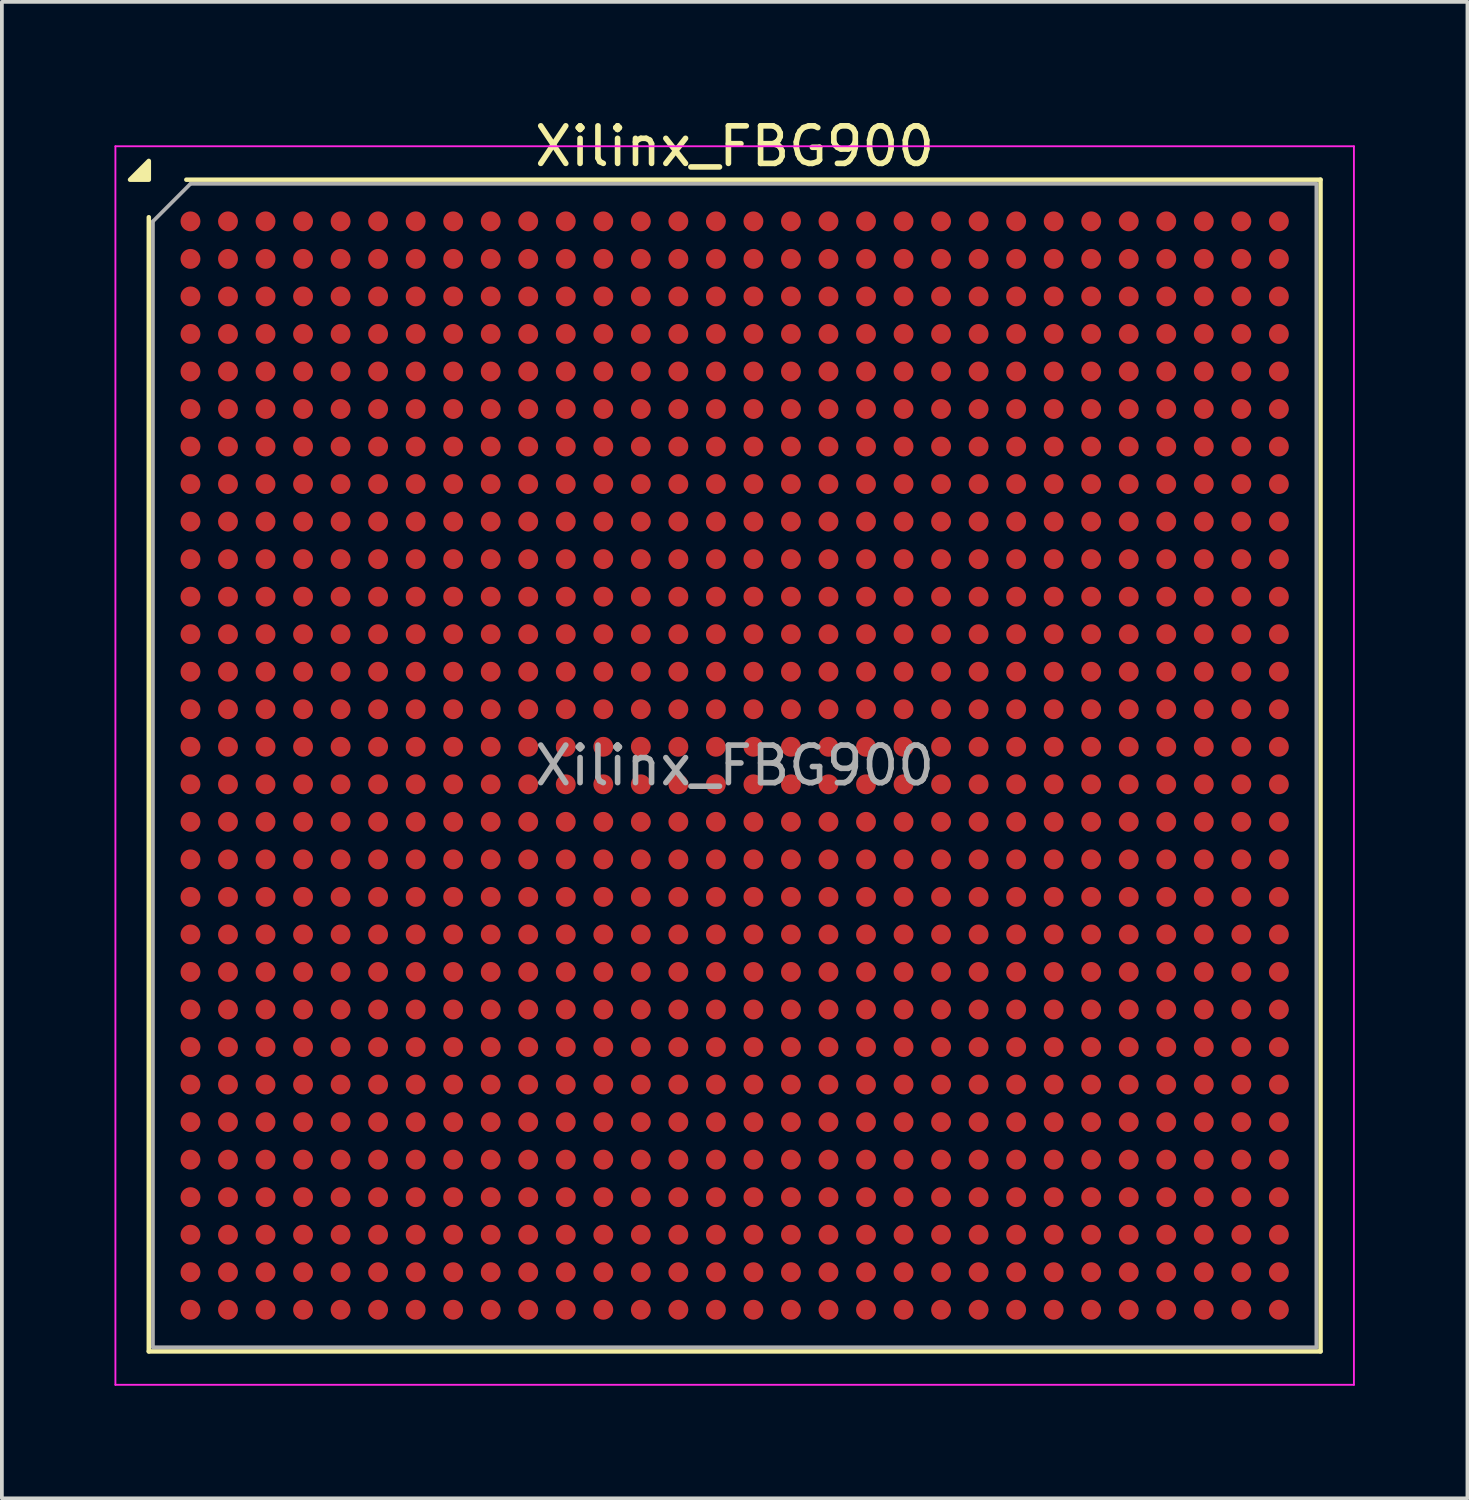
<source format=kicad_pcb>
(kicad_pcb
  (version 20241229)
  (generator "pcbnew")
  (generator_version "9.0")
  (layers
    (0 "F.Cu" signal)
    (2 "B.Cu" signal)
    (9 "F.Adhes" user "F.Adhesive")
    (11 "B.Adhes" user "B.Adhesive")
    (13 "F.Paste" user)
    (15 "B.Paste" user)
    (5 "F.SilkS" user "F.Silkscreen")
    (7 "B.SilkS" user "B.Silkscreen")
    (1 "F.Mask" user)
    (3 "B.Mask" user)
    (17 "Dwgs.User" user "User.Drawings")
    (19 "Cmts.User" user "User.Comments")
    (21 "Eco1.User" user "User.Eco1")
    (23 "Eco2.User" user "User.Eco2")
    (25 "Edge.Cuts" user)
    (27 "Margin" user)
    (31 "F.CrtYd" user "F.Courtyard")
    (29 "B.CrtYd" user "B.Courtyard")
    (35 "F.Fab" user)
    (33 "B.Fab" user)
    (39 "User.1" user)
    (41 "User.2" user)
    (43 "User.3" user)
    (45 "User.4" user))
  (footprint "Xilinx_FBG900"
    (layer "F.Cu")
    (at 16.525 17.348)
    (property "Reference" "Xilinx_FBG900" (at 0 -16.5 0) (layer "F.SilkS") (effects (font (size 1 1) (thickness 0.15))))
    (attr smd)
    (fp_line (start -15.61 15.61) (end -15.61 -14.61) (stroke (width 0.12) (type solid)) (layer "F.SilkS"))
    (fp_line (start -14.61 -15.61) (end 15.61 -15.61) (stroke (width 0.12) (type solid)) (layer "F.SilkS"))
    (fp_line (start 15.61 -15.61) (end 15.61 15.61) (stroke (width 0.12) (type solid)) (layer "F.SilkS"))
    (fp_line (start 15.61 15.61) (end -15.61 15.61) (stroke (width 0.12) (type solid)) (layer "F.SilkS"))
    (fp_poly (pts (xy -15.61 -15.61) (xy -16.11 -15.61) (xy -15.61 -16.11)) (stroke (width 0.12) (type solid)) (fill yes) (layer "F.SilkS"))
    (fp_line (start -16.5 -16.5) (end -16.5 16.5) (stroke (width 0.05) (type solid)) (layer "F.CrtYd"))
    (fp_line (start -16.5 16.5) (end 16.5 16.5) (stroke (width 0.05) (type solid)) (layer "F.CrtYd"))
    (fp_line (start 16.5 -16.5) (end -16.5 -16.5) (stroke (width 0.05) (type solid)) (layer "F.CrtYd"))
    (fp_line (start 16.5 16.5) (end 16.5 -16.5) (stroke (width 0.05) (type solid)) (layer "F.CrtYd"))
    (fp_line (start -15.5 -14.5) (end -14.5 -15.5) (stroke (width 0.1) (type solid)) (layer "F.Fab"))
    (fp_line (start -15.5 15.5) (end -15.5 -14.5) (stroke (width 0.1) (type solid)) (layer "F.Fab"))
    (fp_line (start -14.5 -15.5) (end 15.5 -15.5) (stroke (width 0.1) (type solid)) (layer "F.Fab"))
    (fp_line (start 15.5 -15.5) (end 15.5 15.5) (stroke (width 0.1) (type solid)) (layer "F.Fab"))
    (fp_line (start 15.5 15.5) (end -15.5 15.5) (stroke (width 0.1) (type solid)) (layer "F.Fab"))
    (fp_text user "${REFERENCE}" (at 0 0 0) (layer "F.Fab") (effects (font (size 1 1) (thickness 0.15))))
    (pad "A1" smd circle (at -14.5 -14.5) (size 0.53 0.53) (property pad_prop_bga) (layers "F.Cu" "F.Mask" "F.Paste"))
    (pad "A2" smd circle (at -13.5 -14.5) (size 0.53 0.53) (property pad_prop_bga) (layers "F.Cu" "F.Mask" "F.Paste"))
    (pad "A3" smd circle (at -12.5 -14.5) (size 0.53 0.53) (property pad_prop_bga) (layers "F.Cu" "F.Mask" "F.Paste"))
    (pad "A4" smd circle (at -11.5 -14.5) (size 0.53 0.53) (property pad_prop_bga) (layers "F.Cu" "F.Mask" "F.Paste"))
    (pad "A5" smd circle (at -10.5 -14.5) (size 0.53 0.53) (property pad_prop_bga) (layers "F.Cu" "F.Mask" "F.Paste"))
    (pad "A6" smd circle (at -9.5 -14.5) (size 0.53 0.53) (property pad_prop_bga) (layers "F.Cu" "F.Mask" "F.Paste"))
    (pad "A7" smd circle (at -8.5 -14.5) (size 0.53 0.53) (property pad_prop_bga) (layers "F.Cu" "F.Mask" "F.Paste"))
    (pad "A8" smd circle (at -7.5 -14.5) (size 0.53 0.53) (property pad_prop_bga) (layers "F.Cu" "F.Mask" "F.Paste"))
    (pad "A9" smd circle (at -6.5 -14.5) (size 0.53 0.53) (property pad_prop_bga) (layers "F.Cu" "F.Mask" "F.Paste"))
    (pad "A10" smd circle (at -5.5 -14.5) (size 0.53 0.53) (property pad_prop_bga) (layers "F.Cu" "F.Mask" "F.Paste"))
    (pad "A11" smd circle (at -4.5 -14.5) (size 0.53 0.53) (property pad_prop_bga) (layers "F.Cu" "F.Mask" "F.Paste"))
    (pad "A12" smd circle (at -3.5 -14.5) (size 0.53 0.53) (property pad_prop_bga) (layers "F.Cu" "F.Mask" "F.Paste"))
    (pad "A13" smd circle (at -2.5 -14.5) (size 0.53 0.53) (property pad_prop_bga) (layers "F.Cu" "F.Mask" "F.Paste"))
    (pad "A14" smd circle (at -1.5 -14.5) (size 0.53 0.53) (property pad_prop_bga) (layers "F.Cu" "F.Mask" "F.Paste"))
    (pad "A15" smd circle (at -0.5 -14.5) (size 0.53 0.53) (property pad_prop_bga) (layers "F.Cu" "F.Mask" "F.Paste"))
    (pad "A16" smd circle (at 0.5 -14.5) (size 0.53 0.53) (property pad_prop_bga) (layers "F.Cu" "F.Mask" "F.Paste"))
    (pad "A17" smd circle (at 1.5 -14.5) (size 0.53 0.53) (property pad_prop_bga) (layers "F.Cu" "F.Mask" "F.Paste"))
    (pad "A18" smd circle (at 2.5 -14.5) (size 0.53 0.53) (property pad_prop_bga) (layers "F.Cu" "F.Mask" "F.Paste"))
    (pad "A19" smd circle (at 3.5 -14.5) (size 0.53 0.53) (property pad_prop_bga) (layers "F.Cu" "F.Mask" "F.Paste"))
    (pad "A20" smd circle (at 4.5 -14.5) (size 0.53 0.53) (property pad_prop_bga) (layers "F.Cu" "F.Mask" "F.Paste"))
    (pad "A21" smd circle (at 5.5 -14.5) (size 0.53 0.53) (property pad_prop_bga) (layers "F.Cu" "F.Mask" "F.Paste"))
    (pad "A22" smd circle (at 6.5 -14.5) (size 0.53 0.53) (property pad_prop_bga) (layers "F.Cu" "F.Mask" "F.Paste"))
    (pad "A23" smd circle (at 7.5 -14.5) (size 0.53 0.53) (property pad_prop_bga) (layers "F.Cu" "F.Mask" "F.Paste"))
    (pad "A24" smd circle (at 8.5 -14.5) (size 0.53 0.53) (property pad_prop_bga) (layers "F.Cu" "F.Mask" "F.Paste"))
    (pad "A25" smd circle (at 9.5 -14.5) (size 0.53 0.53) (property pad_prop_bga) (layers "F.Cu" "F.Mask" "F.Paste"))
    (pad "A26" smd circle (at 10.5 -14.5) (size 0.53 0.53) (property pad_prop_bga) (layers "F.Cu" "F.Mask" "F.Paste"))
    (pad "A27" smd circle (at 11.5 -14.5) (size 0.53 0.53) (property pad_prop_bga) (layers "F.Cu" "F.Mask" "F.Paste"))
    (pad "A28" smd circle (at 12.5 -14.5) (size 0.53 0.53) (property pad_prop_bga) (layers "F.Cu" "F.Mask" "F.Paste"))
    (pad "A29" smd circle (at 13.5 -14.5) (size 0.53 0.53) (property pad_prop_bga) (layers "F.Cu" "F.Mask" "F.Paste"))
    (pad "A30" smd circle (at 14.5 -14.5) (size 0.53 0.53) (property pad_prop_bga) (layers "F.Cu" "F.Mask" "F.Paste"))
    (pad "AA1" smd circle (at -14.5 5.5) (size 0.53 0.53) (property pad_prop_bga) (layers "F.Cu" "F.Mask" "F.Paste"))
    (pad "AA2" smd circle (at -13.5 5.5) (size 0.53 0.53) (property pad_prop_bga) (layers "F.Cu" "F.Mask" "F.Paste"))
    (pad "AA3" smd circle (at -12.5 5.5) (size 0.53 0.53) (property pad_prop_bga) (layers "F.Cu" "F.Mask" "F.Paste"))
    (pad "AA4" smd circle (at -11.5 5.5) (size 0.53 0.53) (property pad_prop_bga) (layers "F.Cu" "F.Mask" "F.Paste"))
    (pad "AA5" smd circle (at -10.5 5.5) (size 0.53 0.53) (property pad_prop_bga) (layers "F.Cu" "F.Mask" "F.Paste"))
    (pad "AA6" smd circle (at -9.5 5.5) (size 0.53 0.53) (property pad_prop_bga) (layers "F.Cu" "F.Mask" "F.Paste"))
    (pad "AA7" smd circle (at -8.5 5.5) (size 0.53 0.53) (property pad_prop_bga) (layers "F.Cu" "F.Mask" "F.Paste"))
    (pad "AA8" smd circle (at -7.5 5.5) (size 0.53 0.53) (property pad_prop_bga) (layers "F.Cu" "F.Mask" "F.Paste"))
    (pad "AA9" smd circle (at -6.5 5.5) (size 0.53 0.53) (property pad_prop_bga) (layers "F.Cu" "F.Mask" "F.Paste"))
    (pad "AA10" smd circle (at -5.5 5.5) (size 0.53 0.53) (property pad_prop_bga) (layers "F.Cu" "F.Mask" "F.Paste"))
    (pad "AA11" smd circle (at -4.5 5.5) (size 0.53 0.53) (property pad_prop_bga) (layers "F.Cu" "F.Mask" "F.Paste"))
    (pad "AA12" smd circle (at -3.5 5.5) (size 0.53 0.53) (property pad_prop_bga) (layers "F.Cu" "F.Mask" "F.Paste"))
    (pad "AA13" smd circle (at -2.5 5.5) (size 0.53 0.53) (property pad_prop_bga) (layers "F.Cu" "F.Mask" "F.Paste"))
    (pad "AA14" smd circle (at -1.5 5.5) (size 0.53 0.53) (property pad_prop_bga) (layers "F.Cu" "F.Mask" "F.Paste"))
    (pad "AA15" smd circle (at -0.5 5.5) (size 0.53 0.53) (property pad_prop_bga) (layers "F.Cu" "F.Mask" "F.Paste"))
    (pad "AA16" smd circle (at 0.5 5.5) (size 0.53 0.53) (property pad_prop_bga) (layers "F.Cu" "F.Mask" "F.Paste"))
    (pad "AA17" smd circle (at 1.5 5.5) (size 0.53 0.53) (property pad_prop_bga) (layers "F.Cu" "F.Mask" "F.Paste"))
    (pad "AA18" smd circle (at 2.5 5.5) (size 0.53 0.53) (property pad_prop_bga) (layers "F.Cu" "F.Mask" "F.Paste"))
    (pad "AA19" smd circle (at 3.5 5.5) (size 0.53 0.53) (property pad_prop_bga) (layers "F.Cu" "F.Mask" "F.Paste"))
    (pad "AA20" smd circle (at 4.5 5.5) (size 0.53 0.53) (property pad_prop_bga) (layers "F.Cu" "F.Mask" "F.Paste"))
    (pad "AA21" smd circle (at 5.5 5.5) (size 0.53 0.53) (property pad_prop_bga) (layers "F.Cu" "F.Mask" "F.Paste"))
    (pad "AA22" smd circle (at 6.5 5.5) (size 0.53 0.53) (property pad_prop_bga) (layers "F.Cu" "F.Mask" "F.Paste"))
    (pad "AA23" smd circle (at 7.5 5.5) (size 0.53 0.53) (property pad_prop_bga) (layers "F.Cu" "F.Mask" "F.Paste"))
    (pad "AA24" smd circle (at 8.5 5.5) (size 0.53 0.53) (property pad_prop_bga) (layers "F.Cu" "F.Mask" "F.Paste"))
    (pad "AA25" smd circle (at 9.5 5.5) (size 0.53 0.53) (property pad_prop_bga) (layers "F.Cu" "F.Mask" "F.Paste"))
    (pad "AA26" smd circle (at 10.5 5.5) (size 0.53 0.53) (property pad_prop_bga) (layers "F.Cu" "F.Mask" "F.Paste"))
    (pad "AA27" smd circle (at 11.5 5.5) (size 0.53 0.53) (property pad_prop_bga) (layers "F.Cu" "F.Mask" "F.Paste"))
    (pad "AA28" smd circle (at 12.5 5.5) (size 0.53 0.53) (property pad_prop_bga) (layers "F.Cu" "F.Mask" "F.Paste"))
    (pad "AA29" smd circle (at 13.5 5.5) (size 0.53 0.53) (property pad_prop_bga) (layers "F.Cu" "F.Mask" "F.Paste"))
    (pad "AA30" smd circle (at 14.5 5.5) (size 0.53 0.53) (property pad_prop_bga) (layers "F.Cu" "F.Mask" "F.Paste"))
    (pad "AB1" smd circle (at -14.5 6.5) (size 0.53 0.53) (property pad_prop_bga) (layers "F.Cu" "F.Mask" "F.Paste"))
    (pad "AB2" smd circle (at -13.5 6.5) (size 0.53 0.53) (property pad_prop_bga) (layers "F.Cu" "F.Mask" "F.Paste"))
    (pad "AB3" smd circle (at -12.5 6.5) (size 0.53 0.53) (property pad_prop_bga) (layers "F.Cu" "F.Mask" "F.Paste"))
    (pad "AB4" smd circle (at -11.5 6.5) (size 0.53 0.53) (property pad_prop_bga) (layers "F.Cu" "F.Mask" "F.Paste"))
    (pad "AB5" smd circle (at -10.5 6.5) (size 0.53 0.53) (property pad_prop_bga) (layers "F.Cu" "F.Mask" "F.Paste"))
    (pad "AB6" smd circle (at -9.5 6.5) (size 0.53 0.53) (property pad_prop_bga) (layers "F.Cu" "F.Mask" "F.Paste"))
    (pad "AB7" smd circle (at -8.5 6.5) (size 0.53 0.53) (property pad_prop_bga) (layers "F.Cu" "F.Mask" "F.Paste"))
    (pad "AB8" smd circle (at -7.5 6.5) (size 0.53 0.53) (property pad_prop_bga) (layers "F.Cu" "F.Mask" "F.Paste"))
    (pad "AB9" smd circle (at -6.5 6.5) (size 0.53 0.53) (property pad_prop_bga) (layers "F.Cu" "F.Mask" "F.Paste"))
    (pad "AB10" smd circle (at -5.5 6.5) (size 0.53 0.53) (property pad_prop_bga) (layers "F.Cu" "F.Mask" "F.Paste"))
    (pad "AB11" smd circle (at -4.5 6.5) (size 0.53 0.53) (property pad_prop_bga) (layers "F.Cu" "F.Mask" "F.Paste"))
    (pad "AB12" smd circle (at -3.5 6.5) (size 0.53 0.53) (property pad_prop_bga) (layers "F.Cu" "F.Mask" "F.Paste"))
    (pad "AB13" smd circle (at -2.5 6.5) (size 0.53 0.53) (property pad_prop_bga) (layers "F.Cu" "F.Mask" "F.Paste"))
    (pad "AB14" smd circle (at -1.5 6.5) (size 0.53 0.53) (property pad_prop_bga) (layers "F.Cu" "F.Mask" "F.Paste"))
    (pad "AB15" smd circle (at -0.5 6.5) (size 0.53 0.53) (property pad_prop_bga) (layers "F.Cu" "F.Mask" "F.Paste"))
    (pad "AB16" smd circle (at 0.5 6.5) (size 0.53 0.53) (property pad_prop_bga) (layers "F.Cu" "F.Mask" "F.Paste"))
    (pad "AB17" smd circle (at 1.5 6.5) (size 0.53 0.53) (property pad_prop_bga) (layers "F.Cu" "F.Mask" "F.Paste"))
    (pad "AB18" smd circle (at 2.5 6.5) (size 0.53 0.53) (property pad_prop_bga) (layers "F.Cu" "F.Mask" "F.Paste"))
    (pad "AB19" smd circle (at 3.5 6.5) (size 0.53 0.53) (property pad_prop_bga) (layers "F.Cu" "F.Mask" "F.Paste"))
    (pad "AB20" smd circle (at 4.5 6.5) (size 0.53 0.53) (property pad_prop_bga) (layers "F.Cu" "F.Mask" "F.Paste"))
    (pad "AB21" smd circle (at 5.5 6.5) (size 0.53 0.53) (property pad_prop_bga) (layers "F.Cu" "F.Mask" "F.Paste"))
    (pad "AB22" smd circle (at 6.5 6.5) (size 0.53 0.53) (property pad_prop_bga) (layers "F.Cu" "F.Mask" "F.Paste"))
    (pad "AB23" smd circle (at 7.5 6.5) (size 0.53 0.53) (property pad_prop_bga) (layers "F.Cu" "F.Mask" "F.Paste"))
    (pad "AB24" smd circle (at 8.5 6.5) (size 0.53 0.53) (property pad_prop_bga) (layers "F.Cu" "F.Mask" "F.Paste"))
    (pad "AB25" smd circle (at 9.5 6.5) (size 0.53 0.53) (property pad_prop_bga) (layers "F.Cu" "F.Mask" "F.Paste"))
    (pad "AB26" smd circle (at 10.5 6.5) (size 0.53 0.53) (property pad_prop_bga) (layers "F.Cu" "F.Mask" "F.Paste"))
    (pad "AB27" smd circle (at 11.5 6.5) (size 0.53 0.53) (property pad_prop_bga) (layers "F.Cu" "F.Mask" "F.Paste"))
    (pad "AB28" smd circle (at 12.5 6.5) (size 0.53 0.53) (property pad_prop_bga) (layers "F.Cu" "F.Mask" "F.Paste"))
    (pad "AB29" smd circle (at 13.5 6.5) (size 0.53 0.53) (property pad_prop_bga) (layers "F.Cu" "F.Mask" "F.Paste"))
    (pad "AB30" smd circle (at 14.5 6.5) (size 0.53 0.53) (property pad_prop_bga) (layers "F.Cu" "F.Mask" "F.Paste"))
    (pad "AC1" smd circle (at -14.5 7.5) (size 0.53 0.53) (property pad_prop_bga) (layers "F.Cu" "F.Mask" "F.Paste"))
    (pad "AC2" smd circle (at -13.5 7.5) (size 0.53 0.53) (property pad_prop_bga) (layers "F.Cu" "F.Mask" "F.Paste"))
    (pad "AC3" smd circle (at -12.5 7.5) (size 0.53 0.53) (property pad_prop_bga) (layers "F.Cu" "F.Mask" "F.Paste"))
    (pad "AC4" smd circle (at -11.5 7.5) (size 0.53 0.53) (property pad_prop_bga) (layers "F.Cu" "F.Mask" "F.Paste"))
    (pad "AC5" smd circle (at -10.5 7.5) (size 0.53 0.53) (property pad_prop_bga) (layers "F.Cu" "F.Mask" "F.Paste"))
    (pad "AC6" smd circle (at -9.5 7.5) (size 0.53 0.53) (property pad_prop_bga) (layers "F.Cu" "F.Mask" "F.Paste"))
    (pad "AC7" smd circle (at -8.5 7.5) (size 0.53 0.53) (property pad_prop_bga) (layers "F.Cu" "F.Mask" "F.Paste"))
    (pad "AC8" smd circle (at -7.5 7.5) (size 0.53 0.53) (property pad_prop_bga) (layers "F.Cu" "F.Mask" "F.Paste"))
    (pad "AC9" smd circle (at -6.5 7.5) (size 0.53 0.53) (property pad_prop_bga) (layers "F.Cu" "F.Mask" "F.Paste"))
    (pad "AC10" smd circle (at -5.5 7.5) (size 0.53 0.53) (property pad_prop_bga) (layers "F.Cu" "F.Mask" "F.Paste"))
    (pad "AC11" smd circle (at -4.5 7.5) (size 0.53 0.53) (property pad_prop_bga) (layers "F.Cu" "F.Mask" "F.Paste"))
    (pad "AC12" smd circle (at -3.5 7.5) (size 0.53 0.53) (property pad_prop_bga) (layers "F.Cu" "F.Mask" "F.Paste"))
    (pad "AC13" smd circle (at -2.5 7.5) (size 0.53 0.53) (property pad_prop_bga) (layers "F.Cu" "F.Mask" "F.Paste"))
    (pad "AC14" smd circle (at -1.5 7.5) (size 0.53 0.53) (property pad_prop_bga) (layers "F.Cu" "F.Mask" "F.Paste"))
    (pad "AC15" smd circle (at -0.5 7.5) (size 0.53 0.53) (property pad_prop_bga) (layers "F.Cu" "F.Mask" "F.Paste"))
    (pad "AC16" smd circle (at 0.5 7.5) (size 0.53 0.53) (property pad_prop_bga) (layers "F.Cu" "F.Mask" "F.Paste"))
    (pad "AC17" smd circle (at 1.5 7.5) (size 0.53 0.53) (property pad_prop_bga) (layers "F.Cu" "F.Mask" "F.Paste"))
    (pad "AC18" smd circle (at 2.5 7.5) (size 0.53 0.53) (property pad_prop_bga) (layers "F.Cu" "F.Mask" "F.Paste"))
    (pad "AC19" smd circle (at 3.5 7.5) (size 0.53 0.53) (property pad_prop_bga) (layers "F.Cu" "F.Mask" "F.Paste"))
    (pad "AC20" smd circle (at 4.5 7.5) (size 0.53 0.53) (property pad_prop_bga) (layers "F.Cu" "F.Mask" "F.Paste"))
    (pad "AC21" smd circle (at 5.5 7.5) (size 0.53 0.53) (property pad_prop_bga) (layers "F.Cu" "F.Mask" "F.Paste"))
    (pad "AC22" smd circle (at 6.5 7.5) (size 0.53 0.53) (property pad_prop_bga) (layers "F.Cu" "F.Mask" "F.Paste"))
    (pad "AC23" smd circle (at 7.5 7.5) (size 0.53 0.53) (property pad_prop_bga) (layers "F.Cu" "F.Mask" "F.Paste"))
    (pad "AC24" smd circle (at 8.5 7.5) (size 0.53 0.53) (property pad_prop_bga) (layers "F.Cu" "F.Mask" "F.Paste"))
    (pad "AC25" smd circle (at 9.5 7.5) (size 0.53 0.53) (property pad_prop_bga) (layers "F.Cu" "F.Mask" "F.Paste"))
    (pad "AC26" smd circle (at 10.5 7.5) (size 0.53 0.53) (property pad_prop_bga) (layers "F.Cu" "F.Mask" "F.Paste"))
    (pad "AC27" smd circle (at 11.5 7.5) (size 0.53 0.53) (property pad_prop_bga) (layers "F.Cu" "F.Mask" "F.Paste"))
    (pad "AC28" smd circle (at 12.5 7.5) (size 0.53 0.53) (property pad_prop_bga) (layers "F.Cu" "F.Mask" "F.Paste"))
    (pad "AC29" smd circle (at 13.5 7.5) (size 0.53 0.53) (property pad_prop_bga) (layers "F.Cu" "F.Mask" "F.Paste"))
    (pad "AC30" smd circle (at 14.5 7.5) (size 0.53 0.53) (property pad_prop_bga) (layers "F.Cu" "F.Mask" "F.Paste"))
    (pad "AD1" smd circle (at -14.5 8.5) (size 0.53 0.53) (property pad_prop_bga) (layers "F.Cu" "F.Mask" "F.Paste"))
    (pad "AD2" smd circle (at -13.5 8.5) (size 0.53 0.53) (property pad_prop_bga) (layers "F.Cu" "F.Mask" "F.Paste"))
    (pad "AD3" smd circle (at -12.5 8.5) (size 0.53 0.53) (property pad_prop_bga) (layers "F.Cu" "F.Mask" "F.Paste"))
    (pad "AD4" smd circle (at -11.5 8.5) (size 0.53 0.53) (property pad_prop_bga) (layers "F.Cu" "F.Mask" "F.Paste"))
    (pad "AD5" smd circle (at -10.5 8.5) (size 0.53 0.53) (property pad_prop_bga) (layers "F.Cu" "F.Mask" "F.Paste"))
    (pad "AD6" smd circle (at -9.5 8.5) (size 0.53 0.53) (property pad_prop_bga) (layers "F.Cu" "F.Mask" "F.Paste"))
    (pad "AD7" smd circle (at -8.5 8.5) (size 0.53 0.53) (property pad_prop_bga) (layers "F.Cu" "F.Mask" "F.Paste"))
    (pad "AD8" smd circle (at -7.5 8.5) (size 0.53 0.53) (property pad_prop_bga) (layers "F.Cu" "F.Mask" "F.Paste"))
    (pad "AD9" smd circle (at -6.5 8.5) (size 0.53 0.53) (property pad_prop_bga) (layers "F.Cu" "F.Mask" "F.Paste"))
    (pad "AD10" smd circle (at -5.5 8.5) (size 0.53 0.53) (property pad_prop_bga) (layers "F.Cu" "F.Mask" "F.Paste"))
    (pad "AD11" smd circle (at -4.5 8.5) (size 0.53 0.53) (property pad_prop_bga) (layers "F.Cu" "F.Mask" "F.Paste"))
    (pad "AD12" smd circle (at -3.5 8.5) (size 0.53 0.53) (property pad_prop_bga) (layers "F.Cu" "F.Mask" "F.Paste"))
    (pad "AD13" smd circle (at -2.5 8.5) (size 0.53 0.53) (property pad_prop_bga) (layers "F.Cu" "F.Mask" "F.Paste"))
    (pad "AD14" smd circle (at -1.5 8.5) (size 0.53 0.53) (property pad_prop_bga) (layers "F.Cu" "F.Mask" "F.Paste"))
    (pad "AD15" smd circle (at -0.5 8.5) (size 0.53 0.53) (property pad_prop_bga) (layers "F.Cu" "F.Mask" "F.Paste"))
    (pad "AD16" smd circle (at 0.5 8.5) (size 0.53 0.53) (property pad_prop_bga) (layers "F.Cu" "F.Mask" "F.Paste"))
    (pad "AD17" smd circle (at 1.5 8.5) (size 0.53 0.53) (property pad_prop_bga) (layers "F.Cu" "F.Mask" "F.Paste"))
    (pad "AD18" smd circle (at 2.5 8.5) (size 0.53 0.53) (property pad_prop_bga) (layers "F.Cu" "F.Mask" "F.Paste"))
    (pad "AD19" smd circle (at 3.5 8.5) (size 0.53 0.53) (property pad_prop_bga) (layers "F.Cu" "F.Mask" "F.Paste"))
    (pad "AD20" smd circle (at 4.5 8.5) (size 0.53 0.53) (property pad_prop_bga) (layers "F.Cu" "F.Mask" "F.Paste"))
    (pad "AD21" smd circle (at 5.5 8.5) (size 0.53 0.53) (property pad_prop_bga) (layers "F.Cu" "F.Mask" "F.Paste"))
    (pad "AD22" smd circle (at 6.5 8.5) (size 0.53 0.53) (property pad_prop_bga) (layers "F.Cu" "F.Mask" "F.Paste"))
    (pad "AD23" smd circle (at 7.5 8.5) (size 0.53 0.53) (property pad_prop_bga) (layers "F.Cu" "F.Mask" "F.Paste"))
    (pad "AD24" smd circle (at 8.5 8.5) (size 0.53 0.53) (property pad_prop_bga) (layers "F.Cu" "F.Mask" "F.Paste"))
    (pad "AD25" smd circle (at 9.5 8.5) (size 0.53 0.53) (property pad_prop_bga) (layers "F.Cu" "F.Mask" "F.Paste"))
    (pad "AD26" smd circle (at 10.5 8.5) (size 0.53 0.53) (property pad_prop_bga) (layers "F.Cu" "F.Mask" "F.Paste"))
    (pad "AD27" smd circle (at 11.5 8.5) (size 0.53 0.53) (property pad_prop_bga) (layers "F.Cu" "F.Mask" "F.Paste"))
    (pad "AD28" smd circle (at 12.5 8.5) (size 0.53 0.53) (property pad_prop_bga) (layers "F.Cu" "F.Mask" "F.Paste"))
    (pad "AD29" smd circle (at 13.5 8.5) (size 0.53 0.53) (property pad_prop_bga) (layers "F.Cu" "F.Mask" "F.Paste"))
    (pad "AD30" smd circle (at 14.5 8.5) (size 0.53 0.53) (property pad_prop_bga) (layers "F.Cu" "F.Mask" "F.Paste"))
    (pad "AE1" smd circle (at -14.5 9.5) (size 0.53 0.53) (property pad_prop_bga) (layers "F.Cu" "F.Mask" "F.Paste"))
    (pad "AE2" smd circle (at -13.5 9.5) (size 0.53 0.53) (property pad_prop_bga) (layers "F.Cu" "F.Mask" "F.Paste"))
    (pad "AE3" smd circle (at -12.5 9.5) (size 0.53 0.53) (property pad_prop_bga) (layers "F.Cu" "F.Mask" "F.Paste"))
    (pad "AE4" smd circle (at -11.5 9.5) (size 0.53 0.53) (property pad_prop_bga) (layers "F.Cu" "F.Mask" "F.Paste"))
    (pad "AE5" smd circle (at -10.5 9.5) (size 0.53 0.53) (property pad_prop_bga) (layers "F.Cu" "F.Mask" "F.Paste"))
    (pad "AE6" smd circle (at -9.5 9.5) (size 0.53 0.53) (property pad_prop_bga) (layers "F.Cu" "F.Mask" "F.Paste"))
    (pad "AE7" smd circle (at -8.5 9.5) (size 0.53 0.53) (property pad_prop_bga) (layers "F.Cu" "F.Mask" "F.Paste"))
    (pad "AE8" smd circle (at -7.5 9.5) (size 0.53 0.53) (property pad_prop_bga) (layers "F.Cu" "F.Mask" "F.Paste"))
    (pad "AE9" smd circle (at -6.5 9.5) (size 0.53 0.53) (property pad_prop_bga) (layers "F.Cu" "F.Mask" "F.Paste"))
    (pad "AE10" smd circle (at -5.5 9.5) (size 0.53 0.53) (property pad_prop_bga) (layers "F.Cu" "F.Mask" "F.Paste"))
    (pad "AE11" smd circle (at -4.5 9.5) (size 0.53 0.53) (property pad_prop_bga) (layers "F.Cu" "F.Mask" "F.Paste"))
    (pad "AE12" smd circle (at -3.5 9.5) (size 0.53 0.53) (property pad_prop_bga) (layers "F.Cu" "F.Mask" "F.Paste"))
    (pad "AE13" smd circle (at -2.5 9.5) (size 0.53 0.53) (property pad_prop_bga) (layers "F.Cu" "F.Mask" "F.Paste"))
    (pad "AE14" smd circle (at -1.5 9.5) (size 0.53 0.53) (property pad_prop_bga) (layers "F.Cu" "F.Mask" "F.Paste"))
    (pad "AE15" smd circle (at -0.5 9.5) (size 0.53 0.53) (property pad_prop_bga) (layers "F.Cu" "F.Mask" "F.Paste"))
    (pad "AE16" smd circle (at 0.5 9.5) (size 0.53 0.53) (property pad_prop_bga) (layers "F.Cu" "F.Mask" "F.Paste"))
    (pad "AE17" smd circle (at 1.5 9.5) (size 0.53 0.53) (property pad_prop_bga) (layers "F.Cu" "F.Mask" "F.Paste"))
    (pad "AE18" smd circle (at 2.5 9.5) (size 0.53 0.53) (property pad_prop_bga) (layers "F.Cu" "F.Mask" "F.Paste"))
    (pad "AE19" smd circle (at 3.5 9.5) (size 0.53 0.53) (property pad_prop_bga) (layers "F.Cu" "F.Mask" "F.Paste"))
    (pad "AE20" smd circle (at 4.5 9.5) (size 0.53 0.53) (property pad_prop_bga) (layers "F.Cu" "F.Mask" "F.Paste"))
    (pad "AE21" smd circle (at 5.5 9.5) (size 0.53 0.53) (property pad_prop_bga) (layers "F.Cu" "F.Mask" "F.Paste"))
    (pad "AE22" smd circle (at 6.5 9.5) (size 0.53 0.53) (property pad_prop_bga) (layers "F.Cu" "F.Mask" "F.Paste"))
    (pad "AE23" smd circle (at 7.5 9.5) (size 0.53 0.53) (property pad_prop_bga) (layers "F.Cu" "F.Mask" "F.Paste"))
    (pad "AE24" smd circle (at 8.5 9.5) (size 0.53 0.53) (property pad_prop_bga) (layers "F.Cu" "F.Mask" "F.Paste"))
    (pad "AE25" smd circle (at 9.5 9.5) (size 0.53 0.53) (property pad_prop_bga) (layers "F.Cu" "F.Mask" "F.Paste"))
    (pad "AE26" smd circle (at 10.5 9.5) (size 0.53 0.53) (property pad_prop_bga) (layers "F.Cu" "F.Mask" "F.Paste"))
    (pad "AE27" smd circle (at 11.5 9.5) (size 0.53 0.53) (property pad_prop_bga) (layers "F.Cu" "F.Mask" "F.Paste"))
    (pad "AE28" smd circle (at 12.5 9.5) (size 0.53 0.53) (property pad_prop_bga) (layers "F.Cu" "F.Mask" "F.Paste"))
    (pad "AE29" smd circle (at 13.5 9.5) (size 0.53 0.53) (property pad_prop_bga) (layers "F.Cu" "F.Mask" "F.Paste"))
    (pad "AE30" smd circle (at 14.5 9.5) (size 0.53 0.53) (property pad_prop_bga) (layers "F.Cu" "F.Mask" "F.Paste"))
    (pad "AF1" smd circle (at -14.5 10.5) (size 0.53 0.53) (property pad_prop_bga) (layers "F.Cu" "F.Mask" "F.Paste"))
    (pad "AF2" smd circle (at -13.5 10.5) (size 0.53 0.53) (property pad_prop_bga) (layers "F.Cu" "F.Mask" "F.Paste"))
    (pad "AF3" smd circle (at -12.5 10.5) (size 0.53 0.53) (property pad_prop_bga) (layers "F.Cu" "F.Mask" "F.Paste"))
    (pad "AF4" smd circle (at -11.5 10.5) (size 0.53 0.53) (property pad_prop_bga) (layers "F.Cu" "F.Mask" "F.Paste"))
    (pad "AF5" smd circle (at -10.5 10.5) (size 0.53 0.53) (property pad_prop_bga) (layers "F.Cu" "F.Mask" "F.Paste"))
    (pad "AF6" smd circle (at -9.5 10.5) (size 0.53 0.53) (property pad_prop_bga) (layers "F.Cu" "F.Mask" "F.Paste"))
    (pad "AF7" smd circle (at -8.5 10.5) (size 0.53 0.53) (property pad_prop_bga) (layers "F.Cu" "F.Mask" "F.Paste"))
    (pad "AF8" smd circle (at -7.5 10.5) (size 0.53 0.53) (property pad_prop_bga) (layers "F.Cu" "F.Mask" "F.Paste"))
    (pad "AF9" smd circle (at -6.5 10.5) (size 0.53 0.53) (property pad_prop_bga) (layers "F.Cu" "F.Mask" "F.Paste"))
    (pad "AF10" smd circle (at -5.5 10.5) (size 0.53 0.53) (property pad_prop_bga) (layers "F.Cu" "F.Mask" "F.Paste"))
    (pad "AF11" smd circle (at -4.5 10.5) (size 0.53 0.53) (property pad_prop_bga) (layers "F.Cu" "F.Mask" "F.Paste"))
    (pad "AF12" smd circle (at -3.5 10.5) (size 0.53 0.53) (property pad_prop_bga) (layers "F.Cu" "F.Mask" "F.Paste"))
    (pad "AF13" smd circle (at -2.5 10.5) (size 0.53 0.53) (property pad_prop_bga) (layers "F.Cu" "F.Mask" "F.Paste"))
    (pad "AF14" smd circle (at -1.5 10.5) (size 0.53 0.53) (property pad_prop_bga) (layers "F.Cu" "F.Mask" "F.Paste"))
    (pad "AF15" smd circle (at -0.5 10.5) (size 0.53 0.53) (property pad_prop_bga) (layers "F.Cu" "F.Mask" "F.Paste"))
    (pad "AF16" smd circle (at 0.5 10.5) (size 0.53 0.53) (property pad_prop_bga) (layers "F.Cu" "F.Mask" "F.Paste"))
    (pad "AF17" smd circle (at 1.5 10.5) (size 0.53 0.53) (property pad_prop_bga) (layers "F.Cu" "F.Mask" "F.Paste"))
    (pad "AF18" smd circle (at 2.5 10.5) (size 0.53 0.53) (property pad_prop_bga) (layers "F.Cu" "F.Mask" "F.Paste"))
    (pad "AF19" smd circle (at 3.5 10.5) (size 0.53 0.53) (property pad_prop_bga) (layers "F.Cu" "F.Mask" "F.Paste"))
    (pad "AF20" smd circle (at 4.5 10.5) (size 0.53 0.53) (property pad_prop_bga) (layers "F.Cu" "F.Mask" "F.Paste"))
    (pad "AF21" smd circle (at 5.5 10.5) (size 0.53 0.53) (property pad_prop_bga) (layers "F.Cu" "F.Mask" "F.Paste"))
    (pad "AF22" smd circle (at 6.5 10.5) (size 0.53 0.53) (property pad_prop_bga) (layers "F.Cu" "F.Mask" "F.Paste"))
    (pad "AF23" smd circle (at 7.5 10.5) (size 0.53 0.53) (property pad_prop_bga) (layers "F.Cu" "F.Mask" "F.Paste"))
    (pad "AF24" smd circle (at 8.5 10.5) (size 0.53 0.53) (property pad_prop_bga) (layers "F.Cu" "F.Mask" "F.Paste"))
    (pad "AF25" smd circle (at 9.5 10.5) (size 0.53 0.53) (property pad_prop_bga) (layers "F.Cu" "F.Mask" "F.Paste"))
    (pad "AF26" smd circle (at 10.5 10.5) (size 0.53 0.53) (property pad_prop_bga) (layers "F.Cu" "F.Mask" "F.Paste"))
    (pad "AF27" smd circle (at 11.5 10.5) (size 0.53 0.53) (property pad_prop_bga) (layers "F.Cu" "F.Mask" "F.Paste"))
    (pad "AF28" smd circle (at 12.5 10.5) (size 0.53 0.53) (property pad_prop_bga) (layers "F.Cu" "F.Mask" "F.Paste"))
    (pad "AF29" smd circle (at 13.5 10.5) (size 0.53 0.53) (property pad_prop_bga) (layers "F.Cu" "F.Mask" "F.Paste"))
    (pad "AF30" smd circle (at 14.5 10.5) (size 0.53 0.53) (property pad_prop_bga) (layers "F.Cu" "F.Mask" "F.Paste"))
    (pad "AG1" smd circle (at -14.5 11.5) (size 0.53 0.53) (property pad_prop_bga) (layers "F.Cu" "F.Mask" "F.Paste"))
    (pad "AG2" smd circle (at -13.5 11.5) (size 0.53 0.53) (property pad_prop_bga) (layers "F.Cu" "F.Mask" "F.Paste"))
    (pad "AG3" smd circle (at -12.5 11.5) (size 0.53 0.53) (property pad_prop_bga) (layers "F.Cu" "F.Mask" "F.Paste"))
    (pad "AG4" smd circle (at -11.5 11.5) (size 0.53 0.53) (property pad_prop_bga) (layers "F.Cu" "F.Mask" "F.Paste"))
    (pad "AG5" smd circle (at -10.5 11.5) (size 0.53 0.53) (property pad_prop_bga) (layers "F.Cu" "F.Mask" "F.Paste"))
    (pad "AG6" smd circle (at -9.5 11.5) (size 0.53 0.53) (property pad_prop_bga) (layers "F.Cu" "F.Mask" "F.Paste"))
    (pad "AG7" smd circle (at -8.5 11.5) (size 0.53 0.53) (property pad_prop_bga) (layers "F.Cu" "F.Mask" "F.Paste"))
    (pad "AG8" smd circle (at -7.5 11.5) (size 0.53 0.53) (property pad_prop_bga) (layers "F.Cu" "F.Mask" "F.Paste"))
    (pad "AG9" smd circle (at -6.5 11.5) (size 0.53 0.53) (property pad_prop_bga) (layers "F.Cu" "F.Mask" "F.Paste"))
    (pad "AG10" smd circle (at -5.5 11.5) (size 0.53 0.53) (property pad_prop_bga) (layers "F.Cu" "F.Mask" "F.Paste"))
    (pad "AG11" smd circle (at -4.5 11.5) (size 0.53 0.53) (property pad_prop_bga) (layers "F.Cu" "F.Mask" "F.Paste"))
    (pad "AG12" smd circle (at -3.5 11.5) (size 0.53 0.53) (property pad_prop_bga) (layers "F.Cu" "F.Mask" "F.Paste"))
    (pad "AG13" smd circle (at -2.5 11.5) (size 0.53 0.53) (property pad_prop_bga) (layers "F.Cu" "F.Mask" "F.Paste"))
    (pad "AG14" smd circle (at -1.5 11.5) (size 0.53 0.53) (property pad_prop_bga) (layers "F.Cu" "F.Mask" "F.Paste"))
    (pad "AG15" smd circle (at -0.5 11.5) (size 0.53 0.53) (property pad_prop_bga) (layers "F.Cu" "F.Mask" "F.Paste"))
    (pad "AG16" smd circle (at 0.5 11.5) (size 0.53 0.53) (property pad_prop_bga) (layers "F.Cu" "F.Mask" "F.Paste"))
    (pad "AG17" smd circle (at 1.5 11.5) (size 0.53 0.53) (property pad_prop_bga) (layers "F.Cu" "F.Mask" "F.Paste"))
    (pad "AG18" smd circle (at 2.5 11.5) (size 0.53 0.53) (property pad_prop_bga) (layers "F.Cu" "F.Mask" "F.Paste"))
    (pad "AG19" smd circle (at 3.5 11.5) (size 0.53 0.53) (property pad_prop_bga) (layers "F.Cu" "F.Mask" "F.Paste"))
    (pad "AG20" smd circle (at 4.5 11.5) (size 0.53 0.53) (property pad_prop_bga) (layers "F.Cu" "F.Mask" "F.Paste"))
    (pad "AG21" smd circle (at 5.5 11.5) (size 0.53 0.53) (property pad_prop_bga) (layers "F.Cu" "F.Mask" "F.Paste"))
    (pad "AG22" smd circle (at 6.5 11.5) (size 0.53 0.53) (property pad_prop_bga) (layers "F.Cu" "F.Mask" "F.Paste"))
    (pad "AG23" smd circle (at 7.5 11.5) (size 0.53 0.53) (property pad_prop_bga) (layers "F.Cu" "F.Mask" "F.Paste"))
    (pad "AG24" smd circle (at 8.5 11.5) (size 0.53 0.53) (property pad_prop_bga) (layers "F.Cu" "F.Mask" "F.Paste"))
    (pad "AG25" smd circle (at 9.5 11.5) (size 0.53 0.53) (property pad_prop_bga) (layers "F.Cu" "F.Mask" "F.Paste"))
    (pad "AG26" smd circle (at 10.5 11.5) (size 0.53 0.53) (property pad_prop_bga) (layers "F.Cu" "F.Mask" "F.Paste"))
    (pad "AG27" smd circle (at 11.5 11.5) (size 0.53 0.53) (property pad_prop_bga) (layers "F.Cu" "F.Mask" "F.Paste"))
    (pad "AG28" smd circle (at 12.5 11.5) (size 0.53 0.53) (property pad_prop_bga) (layers "F.Cu" "F.Mask" "F.Paste"))
    (pad "AG29" smd circle (at 13.5 11.5) (size 0.53 0.53) (property pad_prop_bga) (layers "F.Cu" "F.Mask" "F.Paste"))
    (pad "AG30" smd circle (at 14.5 11.5) (size 0.53 0.53) (property pad_prop_bga) (layers "F.Cu" "F.Mask" "F.Paste"))
    (pad "AH1" smd circle (at -14.5 12.5) (size 0.53 0.53) (property pad_prop_bga) (layers "F.Cu" "F.Mask" "F.Paste"))
    (pad "AH2" smd circle (at -13.5 12.5) (size 0.53 0.53) (property pad_prop_bga) (layers "F.Cu" "F.Mask" "F.Paste"))
    (pad "AH3" smd circle (at -12.5 12.5) (size 0.53 0.53) (property pad_prop_bga) (layers "F.Cu" "F.Mask" "F.Paste"))
    (pad "AH4" smd circle (at -11.5 12.5) (size 0.53 0.53) (property pad_prop_bga) (layers "F.Cu" "F.Mask" "F.Paste"))
    (pad "AH5" smd circle (at -10.5 12.5) (size 0.53 0.53) (property pad_prop_bga) (layers "F.Cu" "F.Mask" "F.Paste"))
    (pad "AH6" smd circle (at -9.5 12.5) (size 0.53 0.53) (property pad_prop_bga) (layers "F.Cu" "F.Mask" "F.Paste"))
    (pad "AH7" smd circle (at -8.5 12.5) (size 0.53 0.53) (property pad_prop_bga) (layers "F.Cu" "F.Mask" "F.Paste"))
    (pad "AH8" smd circle (at -7.5 12.5) (size 0.53 0.53) (property pad_prop_bga) (layers "F.Cu" "F.Mask" "F.Paste"))
    (pad "AH9" smd circle (at -6.5 12.5) (size 0.53 0.53) (property pad_prop_bga) (layers "F.Cu" "F.Mask" "F.Paste"))
    (pad "AH10" smd circle (at -5.5 12.5) (size 0.53 0.53) (property pad_prop_bga) (layers "F.Cu" "F.Mask" "F.Paste"))
    (pad "AH11" smd circle (at -4.5 12.5) (size 0.53 0.53) (property pad_prop_bga) (layers "F.Cu" "F.Mask" "F.Paste"))
    (pad "AH12" smd circle (at -3.5 12.5) (size 0.53 0.53) (property pad_prop_bga) (layers "F.Cu" "F.Mask" "F.Paste"))
    (pad "AH13" smd circle (at -2.5 12.5) (size 0.53 0.53) (property pad_prop_bga) (layers "F.Cu" "F.Mask" "F.Paste"))
    (pad "AH14" smd circle (at -1.5 12.5) (size 0.53 0.53) (property pad_prop_bga) (layers "F.Cu" "F.Mask" "F.Paste"))
    (pad "AH15" smd circle (at -0.5 12.5) (size 0.53 0.53) (property pad_prop_bga) (layers "F.Cu" "F.Mask" "F.Paste"))
    (pad "AH16" smd circle (at 0.5 12.5) (size 0.53 0.53) (property pad_prop_bga) (layers "F.Cu" "F.Mask" "F.Paste"))
    (pad "AH17" smd circle (at 1.5 12.5) (size 0.53 0.53) (property pad_prop_bga) (layers "F.Cu" "F.Mask" "F.Paste"))
    (pad "AH18" smd circle (at 2.5 12.5) (size 0.53 0.53) (property pad_prop_bga) (layers "F.Cu" "F.Mask" "F.Paste"))
    (pad "AH19" smd circle (at 3.5 12.5) (size 0.53 0.53) (property pad_prop_bga) (layers "F.Cu" "F.Mask" "F.Paste"))
    (pad "AH20" smd circle (at 4.5 12.5) (size 0.53 0.53) (property pad_prop_bga) (layers "F.Cu" "F.Mask" "F.Paste"))
    (pad "AH21" smd circle (at 5.5 12.5) (size 0.53 0.53) (property pad_prop_bga) (layers "F.Cu" "F.Mask" "F.Paste"))
    (pad "AH22" smd circle (at 6.5 12.5) (size 0.53 0.53) (property pad_prop_bga) (layers "F.Cu" "F.Mask" "F.Paste"))
    (pad "AH23" smd circle (at 7.5 12.5) (size 0.53 0.53) (property pad_prop_bga) (layers "F.Cu" "F.Mask" "F.Paste"))
    (pad "AH24" smd circle (at 8.5 12.5) (size 0.53 0.53) (property pad_prop_bga) (layers "F.Cu" "F.Mask" "F.Paste"))
    (pad "AH25" smd circle (at 9.5 12.5) (size 0.53 0.53) (property pad_prop_bga) (layers "F.Cu" "F.Mask" "F.Paste"))
    (pad "AH26" smd circle (at 10.5 12.5) (size 0.53 0.53) (property pad_prop_bga) (layers "F.Cu" "F.Mask" "F.Paste"))
    (pad "AH27" smd circle (at 11.5 12.5) (size 0.53 0.53) (property pad_prop_bga) (layers "F.Cu" "F.Mask" "F.Paste"))
    (pad "AH28" smd circle (at 12.5 12.5) (size 0.53 0.53) (property pad_prop_bga) (layers "F.Cu" "F.Mask" "F.Paste"))
    (pad "AH29" smd circle (at 13.5 12.5) (size 0.53 0.53) (property pad_prop_bga) (layers "F.Cu" "F.Mask" "F.Paste"))
    (pad "AH30" smd circle (at 14.5 12.5) (size 0.53 0.53) (property pad_prop_bga) (layers "F.Cu" "F.Mask" "F.Paste"))
    (pad "AJ1" smd circle (at -14.5 13.5) (size 0.53 0.53) (property pad_prop_bga) (layers "F.Cu" "F.Mask" "F.Paste"))
    (pad "AJ2" smd circle (at -13.5 13.5) (size 0.53 0.53) (property pad_prop_bga) (layers "F.Cu" "F.Mask" "F.Paste"))
    (pad "AJ3" smd circle (at -12.5 13.5) (size 0.53 0.53) (property pad_prop_bga) (layers "F.Cu" "F.Mask" "F.Paste"))
    (pad "AJ4" smd circle (at -11.5 13.5) (size 0.53 0.53) (property pad_prop_bga) (layers "F.Cu" "F.Mask" "F.Paste"))
    (pad "AJ5" smd circle (at -10.5 13.5) (size 0.53 0.53) (property pad_prop_bga) (layers "F.Cu" "F.Mask" "F.Paste"))
    (pad "AJ6" smd circle (at -9.5 13.5) (size 0.53 0.53) (property pad_prop_bga) (layers "F.Cu" "F.Mask" "F.Paste"))
    (pad "AJ7" smd circle (at -8.5 13.5) (size 0.53 0.53) (property pad_prop_bga) (layers "F.Cu" "F.Mask" "F.Paste"))
    (pad "AJ8" smd circle (at -7.5 13.5) (size 0.53 0.53) (property pad_prop_bga) (layers "F.Cu" "F.Mask" "F.Paste"))
    (pad "AJ9" smd circle (at -6.5 13.5) (size 0.53 0.53) (property pad_prop_bga) (layers "F.Cu" "F.Mask" "F.Paste"))
    (pad "AJ10" smd circle (at -5.5 13.5) (size 0.53 0.53) (property pad_prop_bga) (layers "F.Cu" "F.Mask" "F.Paste"))
    (pad "AJ11" smd circle (at -4.5 13.5) (size 0.53 0.53) (property pad_prop_bga) (layers "F.Cu" "F.Mask" "F.Paste"))
    (pad "AJ12" smd circle (at -3.5 13.5) (size 0.53 0.53) (property pad_prop_bga) (layers "F.Cu" "F.Mask" "F.Paste"))
    (pad "AJ13" smd circle (at -2.5 13.5) (size 0.53 0.53) (property pad_prop_bga) (layers "F.Cu" "F.Mask" "F.Paste"))
    (pad "AJ14" smd circle (at -1.5 13.5) (size 0.53 0.53) (property pad_prop_bga) (layers "F.Cu" "F.Mask" "F.Paste"))
    (pad "AJ15" smd circle (at -0.5 13.5) (size 0.53 0.53) (property pad_prop_bga) (layers "F.Cu" "F.Mask" "F.Paste"))
    (pad "AJ16" smd circle (at 0.5 13.5) (size 0.53 0.53) (property pad_prop_bga) (layers "F.Cu" "F.Mask" "F.Paste"))
    (pad "AJ17" smd circle (at 1.5 13.5) (size 0.53 0.53) (property pad_prop_bga) (layers "F.Cu" "F.Mask" "F.Paste"))
    (pad "AJ18" smd circle (at 2.5 13.5) (size 0.53 0.53) (property pad_prop_bga) (layers "F.Cu" "F.Mask" "F.Paste"))
    (pad "AJ19" smd circle (at 3.5 13.5) (size 0.53 0.53) (property pad_prop_bga) (layers "F.Cu" "F.Mask" "F.Paste"))
    (pad "AJ20" smd circle (at 4.5 13.5) (size 0.53 0.53) (property pad_prop_bga) (layers "F.Cu" "F.Mask" "F.Paste"))
    (pad "AJ21" smd circle (at 5.5 13.5) (size 0.53 0.53) (property pad_prop_bga) (layers "F.Cu" "F.Mask" "F.Paste"))
    (pad "AJ22" smd circle (at 6.5 13.5) (size 0.53 0.53) (property pad_prop_bga) (layers "F.Cu" "F.Mask" "F.Paste"))
    (pad "AJ23" smd circle (at 7.5 13.5) (size 0.53 0.53) (property pad_prop_bga) (layers "F.Cu" "F.Mask" "F.Paste"))
    (pad "AJ24" smd circle (at 8.5 13.5) (size 0.53 0.53) (property pad_prop_bga) (layers "F.Cu" "F.Mask" "F.Paste"))
    (pad "AJ25" smd circle (at 9.5 13.5) (size 0.53 0.53) (property pad_prop_bga) (layers "F.Cu" "F.Mask" "F.Paste"))
    (pad "AJ26" smd circle (at 10.5 13.5) (size 0.53 0.53) (property pad_prop_bga) (layers "F.Cu" "F.Mask" "F.Paste"))
    (pad "AJ27" smd circle (at 11.5 13.5) (size 0.53 0.53) (property pad_prop_bga) (layers "F.Cu" "F.Mask" "F.Paste"))
    (pad "AJ28" smd circle (at 12.5 13.5) (size 0.53 0.53) (property pad_prop_bga) (layers "F.Cu" "F.Mask" "F.Paste"))
    (pad "AJ29" smd circle (at 13.5 13.5) (size 0.53 0.53) (property pad_prop_bga) (layers "F.Cu" "F.Mask" "F.Paste"))
    (pad "AJ30" smd circle (at 14.5 13.5) (size 0.53 0.53) (property pad_prop_bga) (layers "F.Cu" "F.Mask" "F.Paste"))
    (pad "AK1" smd circle (at -14.5 14.5) (size 0.53 0.53) (property pad_prop_bga) (layers "F.Cu" "F.Mask" "F.Paste"))
    (pad "AK2" smd circle (at -13.5 14.5) (size 0.53 0.53) (property pad_prop_bga) (layers "F.Cu" "F.Mask" "F.Paste"))
    (pad "AK3" smd circle (at -12.5 14.5) (size 0.53 0.53) (property pad_prop_bga) (layers "F.Cu" "F.Mask" "F.Paste"))
    (pad "AK4" smd circle (at -11.5 14.5) (size 0.53 0.53) (property pad_prop_bga) (layers "F.Cu" "F.Mask" "F.Paste"))
    (pad "AK5" smd circle (at -10.5 14.5) (size 0.53 0.53) (property pad_prop_bga) (layers "F.Cu" "F.Mask" "F.Paste"))
    (pad "AK6" smd circle (at -9.5 14.5) (size 0.53 0.53) (property pad_prop_bga) (layers "F.Cu" "F.Mask" "F.Paste"))
    (pad "AK7" smd circle (at -8.5 14.5) (size 0.53 0.53) (property pad_prop_bga) (layers "F.Cu" "F.Mask" "F.Paste"))
    (pad "AK8" smd circle (at -7.5 14.5) (size 0.53 0.53) (property pad_prop_bga) (layers "F.Cu" "F.Mask" "F.Paste"))
    (pad "AK9" smd circle (at -6.5 14.5) (size 0.53 0.53) (property pad_prop_bga) (layers "F.Cu" "F.Mask" "F.Paste"))
    (pad "AK10" smd circle (at -5.5 14.5) (size 0.53 0.53) (property pad_prop_bga) (layers "F.Cu" "F.Mask" "F.Paste"))
    (pad "AK11" smd circle (at -4.5 14.5) (size 0.53 0.53) (property pad_prop_bga) (layers "F.Cu" "F.Mask" "F.Paste"))
    (pad "AK12" smd circle (at -3.5 14.5) (size 0.53 0.53) (property pad_prop_bga) (layers "F.Cu" "F.Mask" "F.Paste"))
    (pad "AK13" smd circle (at -2.5 14.5) (size 0.53 0.53) (property pad_prop_bga) (layers "F.Cu" "F.Mask" "F.Paste"))
    (pad "AK14" smd circle (at -1.5 14.5) (size 0.53 0.53) (property pad_prop_bga) (layers "F.Cu" "F.Mask" "F.Paste"))
    (pad "AK15" smd circle (at -0.5 14.5) (size 0.53 0.53) (property pad_prop_bga) (layers "F.Cu" "F.Mask" "F.Paste"))
    (pad "AK16" smd circle (at 0.5 14.5) (size 0.53 0.53) (property pad_prop_bga) (layers "F.Cu" "F.Mask" "F.Paste"))
    (pad "AK17" smd circle (at 1.5 14.5) (size 0.53 0.53) (property pad_prop_bga) (layers "F.Cu" "F.Mask" "F.Paste"))
    (pad "AK18" smd circle (at 2.5 14.5) (size 0.53 0.53) (property pad_prop_bga) (layers "F.Cu" "F.Mask" "F.Paste"))
    (pad "AK19" smd circle (at 3.5 14.5) (size 0.53 0.53) (property pad_prop_bga) (layers "F.Cu" "F.Mask" "F.Paste"))
    (pad "AK20" smd circle (at 4.5 14.5) (size 0.53 0.53) (property pad_prop_bga) (layers "F.Cu" "F.Mask" "F.Paste"))
    (pad "AK21" smd circle (at 5.5 14.5) (size 0.53 0.53) (property pad_prop_bga) (layers "F.Cu" "F.Mask" "F.Paste"))
    (pad "AK22" smd circle (at 6.5 14.5) (size 0.53 0.53) (property pad_prop_bga) (layers "F.Cu" "F.Mask" "F.Paste"))
    (pad "AK23" smd circle (at 7.5 14.5) (size 0.53 0.53) (property pad_prop_bga) (layers "F.Cu" "F.Mask" "F.Paste"))
    (pad "AK24" smd circle (at 8.5 14.5) (size 0.53 0.53) (property pad_prop_bga) (layers "F.Cu" "F.Mask" "F.Paste"))
    (pad "AK25" smd circle (at 9.5 14.5) (size 0.53 0.53) (property pad_prop_bga) (layers "F.Cu" "F.Mask" "F.Paste"))
    (pad "AK26" smd circle (at 10.5 14.5) (size 0.53 0.53) (property pad_prop_bga) (layers "F.Cu" "F.Mask" "F.Paste"))
    (pad "AK27" smd circle (at 11.5 14.5) (size 0.53 0.53) (property pad_prop_bga) (layers "F.Cu" "F.Mask" "F.Paste"))
    (pad "AK28" smd circle (at 12.5 14.5) (size 0.53 0.53) (property pad_prop_bga) (layers "F.Cu" "F.Mask" "F.Paste"))
    (pad "AK29" smd circle (at 13.5 14.5) (size 0.53 0.53) (property pad_prop_bga) (layers "F.Cu" "F.Mask" "F.Paste"))
    (pad "AK30" smd circle (at 14.5 14.5) (size 0.53 0.53) (property pad_prop_bga) (layers "F.Cu" "F.Mask" "F.Paste"))
    (pad "B1" smd circle (at -14.5 -13.5) (size 0.53 0.53) (property pad_prop_bga) (layers "F.Cu" "F.Mask" "F.Paste"))
    (pad "B2" smd circle (at -13.5 -13.5) (size 0.53 0.53) (property pad_prop_bga) (layers "F.Cu" "F.Mask" "F.Paste"))
    (pad "B3" smd circle (at -12.5 -13.5) (size 0.53 0.53) (property pad_prop_bga) (layers "F.Cu" "F.Mask" "F.Paste"))
    (pad "B4" smd circle (at -11.5 -13.5) (size 0.53 0.53) (property pad_prop_bga) (layers "F.Cu" "F.Mask" "F.Paste"))
    (pad "B5" smd circle (at -10.5 -13.5) (size 0.53 0.53) (property pad_prop_bga) (layers "F.Cu" "F.Mask" "F.Paste"))
    (pad "B6" smd circle (at -9.5 -13.5) (size 0.53 0.53) (property pad_prop_bga) (layers "F.Cu" "F.Mask" "F.Paste"))
    (pad "B7" smd circle (at -8.5 -13.5) (size 0.53 0.53) (property pad_prop_bga) (layers "F.Cu" "F.Mask" "F.Paste"))
    (pad "B8" smd circle (at -7.5 -13.5) (size 0.53 0.53) (property pad_prop_bga) (layers "F.Cu" "F.Mask" "F.Paste"))
    (pad "B9" smd circle (at -6.5 -13.5) (size 0.53 0.53) (property pad_prop_bga) (layers "F.Cu" "F.Mask" "F.Paste"))
    (pad "B10" smd circle (at -5.5 -13.5) (size 0.53 0.53) (property pad_prop_bga) (layers "F.Cu" "F.Mask" "F.Paste"))
    (pad "B11" smd circle (at -4.5 -13.5) (size 0.53 0.53) (property pad_prop_bga) (layers "F.Cu" "F.Mask" "F.Paste"))
    (pad "B12" smd circle (at -3.5 -13.5) (size 0.53 0.53) (property pad_prop_bga) (layers "F.Cu" "F.Mask" "F.Paste"))
    (pad "B13" smd circle (at -2.5 -13.5) (size 0.53 0.53) (property pad_prop_bga) (layers "F.Cu" "F.Mask" "F.Paste"))
    (pad "B14" smd circle (at -1.5 -13.5) (size 0.53 0.53) (property pad_prop_bga) (layers "F.Cu" "F.Mask" "F.Paste"))
    (pad "B15" smd circle (at -0.5 -13.5) (size 0.53 0.53) (property pad_prop_bga) (layers "F.Cu" "F.Mask" "F.Paste"))
    (pad "B16" smd circle (at 0.5 -13.5) (size 0.53 0.53) (property pad_prop_bga) (layers "F.Cu" "F.Mask" "F.Paste"))
    (pad "B17" smd circle (at 1.5 -13.5) (size 0.53 0.53) (property pad_prop_bga) (layers "F.Cu" "F.Mask" "F.Paste"))
    (pad "B18" smd circle (at 2.5 -13.5) (size 0.53 0.53) (property pad_prop_bga) (layers "F.Cu" "F.Mask" "F.Paste"))
    (pad "B19" smd circle (at 3.5 -13.5) (size 0.53 0.53) (property pad_prop_bga) (layers "F.Cu" "F.Mask" "F.Paste"))
    (pad "B20" smd circle (at 4.5 -13.5) (size 0.53 0.53) (property pad_prop_bga) (layers "F.Cu" "F.Mask" "F.Paste"))
    (pad "B21" smd circle (at 5.5 -13.5) (size 0.53 0.53) (property pad_prop_bga) (layers "F.Cu" "F.Mask" "F.Paste"))
    (pad "B22" smd circle (at 6.5 -13.5) (size 0.53 0.53) (property pad_prop_bga) (layers "F.Cu" "F.Mask" "F.Paste"))
    (pad "B23" smd circle (at 7.5 -13.5) (size 0.53 0.53) (property pad_prop_bga) (layers "F.Cu" "F.Mask" "F.Paste"))
    (pad "B24" smd circle (at 8.5 -13.5) (size 0.53 0.53) (property pad_prop_bga) (layers "F.Cu" "F.Mask" "F.Paste"))
    (pad "B25" smd circle (at 9.5 -13.5) (size 0.53 0.53) (property pad_prop_bga) (layers "F.Cu" "F.Mask" "F.Paste"))
    (pad "B26" smd circle (at 10.5 -13.5) (size 0.53 0.53) (property pad_prop_bga) (layers "F.Cu" "F.Mask" "F.Paste"))
    (pad "B27" smd circle (at 11.5 -13.5) (size 0.53 0.53) (property pad_prop_bga) (layers "F.Cu" "F.Mask" "F.Paste"))
    (pad "B28" smd circle (at 12.5 -13.5) (size 0.53 0.53) (property pad_prop_bga) (layers "F.Cu" "F.Mask" "F.Paste"))
    (pad "B29" smd circle (at 13.5 -13.5) (size 0.53 0.53) (property pad_prop_bga) (layers "F.Cu" "F.Mask" "F.Paste"))
    (pad "B30" smd circle (at 14.5 -13.5) (size 0.53 0.53) (property pad_prop_bga) (layers "F.Cu" "F.Mask" "F.Paste"))
    (pad "C1" smd circle (at -14.5 -12.5) (size 0.53 0.53) (property pad_prop_bga) (layers "F.Cu" "F.Mask" "F.Paste"))
    (pad "C2" smd circle (at -13.5 -12.5) (size 0.53 0.53) (property pad_prop_bga) (layers "F.Cu" "F.Mask" "F.Paste"))
    (pad "C3" smd circle (at -12.5 -12.5) (size 0.53 0.53) (property pad_prop_bga) (layers "F.Cu" "F.Mask" "F.Paste"))
    (pad "C4" smd circle (at -11.5 -12.5) (size 0.53 0.53) (property pad_prop_bga) (layers "F.Cu" "F.Mask" "F.Paste"))
    (pad "C5" smd circle (at -10.5 -12.5) (size 0.53 0.53) (property pad_prop_bga) (layers "F.Cu" "F.Mask" "F.Paste"))
    (pad "C6" smd circle (at -9.5 -12.5) (size 0.53 0.53) (property pad_prop_bga) (layers "F.Cu" "F.Mask" "F.Paste"))
    (pad "C7" smd circle (at -8.5 -12.5) (size 0.53 0.53) (property pad_prop_bga) (layers "F.Cu" "F.Mask" "F.Paste"))
    (pad "C8" smd circle (at -7.5 -12.5) (size 0.53 0.53) (property pad_prop_bga) (layers "F.Cu" "F.Mask" "F.Paste"))
    (pad "C9" smd circle (at -6.5 -12.5) (size 0.53 0.53) (property pad_prop_bga) (layers "F.Cu" "F.Mask" "F.Paste"))
    (pad "C10" smd circle (at -5.5 -12.5) (size 0.53 0.53) (property pad_prop_bga) (layers "F.Cu" "F.Mask" "F.Paste"))
    (pad "C11" smd circle (at -4.5 -12.5) (size 0.53 0.53) (property pad_prop_bga) (layers "F.Cu" "F.Mask" "F.Paste"))
    (pad "C12" smd circle (at -3.5 -12.5) (size 0.53 0.53) (property pad_prop_bga) (layers "F.Cu" "F.Mask" "F.Paste"))
    (pad "C13" smd circle (at -2.5 -12.5) (size 0.53 0.53) (property pad_prop_bga) (layers "F.Cu" "F.Mask" "F.Paste"))
    (pad "C14" smd circle (at -1.5 -12.5) (size 0.53 0.53) (property pad_prop_bga) (layers "F.Cu" "F.Mask" "F.Paste"))
    (pad "C15" smd circle (at -0.5 -12.5) (size 0.53 0.53) (property pad_prop_bga) (layers "F.Cu" "F.Mask" "F.Paste"))
    (pad "C16" smd circle (at 0.5 -12.5) (size 0.53 0.53) (property pad_prop_bga) (layers "F.Cu" "F.Mask" "F.Paste"))
    (pad "C17" smd circle (at 1.5 -12.5) (size 0.53 0.53) (property pad_prop_bga) (layers "F.Cu" "F.Mask" "F.Paste"))
    (pad "C18" smd circle (at 2.5 -12.5) (size 0.53 0.53) (property pad_prop_bga) (layers "F.Cu" "F.Mask" "F.Paste"))
    (pad "C19" smd circle (at 3.5 -12.5) (size 0.53 0.53) (property pad_prop_bga) (layers "F.Cu" "F.Mask" "F.Paste"))
    (pad "C20" smd circle (at 4.5 -12.5) (size 0.53 0.53) (property pad_prop_bga) (layers "F.Cu" "F.Mask" "F.Paste"))
    (pad "C21" smd circle (at 5.5 -12.5) (size 0.53 0.53) (property pad_prop_bga) (layers "F.Cu" "F.Mask" "F.Paste"))
    (pad "C22" smd circle (at 6.5 -12.5) (size 0.53 0.53) (property pad_prop_bga) (layers "F.Cu" "F.Mask" "F.Paste"))
    (pad "C23" smd circle (at 7.5 -12.5) (size 0.53 0.53) (property pad_prop_bga) (layers "F.Cu" "F.Mask" "F.Paste"))
    (pad "C24" smd circle (at 8.5 -12.5) (size 0.53 0.53) (property pad_prop_bga) (layers "F.Cu" "F.Mask" "F.Paste"))
    (pad "C25" smd circle (at 9.5 -12.5) (size 0.53 0.53) (property pad_prop_bga) (layers "F.Cu" "F.Mask" "F.Paste"))
    (pad "C26" smd circle (at 10.5 -12.5) (size 0.53 0.53) (property pad_prop_bga) (layers "F.Cu" "F.Mask" "F.Paste"))
    (pad "C27" smd circle (at 11.5 -12.5) (size 0.53 0.53) (property pad_prop_bga) (layers "F.Cu" "F.Mask" "F.Paste"))
    (pad "C28" smd circle (at 12.5 -12.5) (size 0.53 0.53) (property pad_prop_bga) (layers "F.Cu" "F.Mask" "F.Paste"))
    (pad "C29" smd circle (at 13.5 -12.5) (size 0.53 0.53) (property pad_prop_bga) (layers "F.Cu" "F.Mask" "F.Paste"))
    (pad "C30" smd circle (at 14.5 -12.5) (size 0.53 0.53) (property pad_prop_bga) (layers "F.Cu" "F.Mask" "F.Paste"))
    (pad "D1" smd circle (at -14.5 -11.5) (size 0.53 0.53) (property pad_prop_bga) (layers "F.Cu" "F.Mask" "F.Paste"))
    (pad "D2" smd circle (at -13.5 -11.5) (size 0.53 0.53) (property pad_prop_bga) (layers "F.Cu" "F.Mask" "F.Paste"))
    (pad "D3" smd circle (at -12.5 -11.5) (size 0.53 0.53) (property pad_prop_bga) (layers "F.Cu" "F.Mask" "F.Paste"))
    (pad "D4" smd circle (at -11.5 -11.5) (size 0.53 0.53) (property pad_prop_bga) (layers "F.Cu" "F.Mask" "F.Paste"))
    (pad "D5" smd circle (at -10.5 -11.5) (size 0.53 0.53) (property pad_prop_bga) (layers "F.Cu" "F.Mask" "F.Paste"))
    (pad "D6" smd circle (at -9.5 -11.5) (size 0.53 0.53) (property pad_prop_bga) (layers "F.Cu" "F.Mask" "F.Paste"))
    (pad "D7" smd circle (at -8.5 -11.5) (size 0.53 0.53) (property pad_prop_bga) (layers "F.Cu" "F.Mask" "F.Paste"))
    (pad "D8" smd circle (at -7.5 -11.5) (size 0.53 0.53) (property pad_prop_bga) (layers "F.Cu" "F.Mask" "F.Paste"))
    (pad "D9" smd circle (at -6.5 -11.5) (size 0.53 0.53) (property pad_prop_bga) (layers "F.Cu" "F.Mask" "F.Paste"))
    (pad "D10" smd circle (at -5.5 -11.5) (size 0.53 0.53) (property pad_prop_bga) (layers "F.Cu" "F.Mask" "F.Paste"))
    (pad "D11" smd circle (at -4.5 -11.5) (size 0.53 0.53) (property pad_prop_bga) (layers "F.Cu" "F.Mask" "F.Paste"))
    (pad "D12" smd circle (at -3.5 -11.5) (size 0.53 0.53) (property pad_prop_bga) (layers "F.Cu" "F.Mask" "F.Paste"))
    (pad "D13" smd circle (at -2.5 -11.5) (size 0.53 0.53) (property pad_prop_bga) (layers "F.Cu" "F.Mask" "F.Paste"))
    (pad "D14" smd circle (at -1.5 -11.5) (size 0.53 0.53) (property pad_prop_bga) (layers "F.Cu" "F.Mask" "F.Paste"))
    (pad "D15" smd circle (at -0.5 -11.5) (size 0.53 0.53) (property pad_prop_bga) (layers "F.Cu" "F.Mask" "F.Paste"))
    (pad "D16" smd circle (at 0.5 -11.5) (size 0.53 0.53) (property pad_prop_bga) (layers "F.Cu" "F.Mask" "F.Paste"))
    (pad "D17" smd circle (at 1.5 -11.5) (size 0.53 0.53) (property pad_prop_bga) (layers "F.Cu" "F.Mask" "F.Paste"))
    (pad "D18" smd circle (at 2.5 -11.5) (size 0.53 0.53) (property pad_prop_bga) (layers "F.Cu" "F.Mask" "F.Paste"))
    (pad "D19" smd circle (at 3.5 -11.5) (size 0.53 0.53) (property pad_prop_bga) (layers "F.Cu" "F.Mask" "F.Paste"))
    (pad "D20" smd circle (at 4.5 -11.5) (size 0.53 0.53) (property pad_prop_bga) (layers "F.Cu" "F.Mask" "F.Paste"))
    (pad "D21" smd circle (at 5.5 -11.5) (size 0.53 0.53) (property pad_prop_bga) (layers "F.Cu" "F.Mask" "F.Paste"))
    (pad "D22" smd circle (at 6.5 -11.5) (size 0.53 0.53) (property pad_prop_bga) (layers "F.Cu" "F.Mask" "F.Paste"))
    (pad "D23" smd circle (at 7.5 -11.5) (size 0.53 0.53) (property pad_prop_bga) (layers "F.Cu" "F.Mask" "F.Paste"))
    (pad "D24" smd circle (at 8.5 -11.5) (size 0.53 0.53) (property pad_prop_bga) (layers "F.Cu" "F.Mask" "F.Paste"))
    (pad "D25" smd circle (at 9.5 -11.5) (size 0.53 0.53) (property pad_prop_bga) (layers "F.Cu" "F.Mask" "F.Paste"))
    (pad "D26" smd circle (at 10.5 -11.5) (size 0.53 0.53) (property pad_prop_bga) (layers "F.Cu" "F.Mask" "F.Paste"))
    (pad "D27" smd circle (at 11.5 -11.5) (size 0.53 0.53) (property pad_prop_bga) (layers "F.Cu" "F.Mask" "F.Paste"))
    (pad "D28" smd circle (at 12.5 -11.5) (size 0.53 0.53) (property pad_prop_bga) (layers "F.Cu" "F.Mask" "F.Paste"))
    (pad "D29" smd circle (at 13.5 -11.5) (size 0.53 0.53) (property pad_prop_bga) (layers "F.Cu" "F.Mask" "F.Paste"))
    (pad "D30" smd circle (at 14.5 -11.5) (size 0.53 0.53) (property pad_prop_bga) (layers "F.Cu" "F.Mask" "F.Paste"))
    (pad "E1" smd circle (at -14.5 -10.5) (size 0.53 0.53) (property pad_prop_bga) (layers "F.Cu" "F.Mask" "F.Paste"))
    (pad "E2" smd circle (at -13.5 -10.5) (size 0.53 0.53) (property pad_prop_bga) (layers "F.Cu" "F.Mask" "F.Paste"))
    (pad "E3" smd circle (at -12.5 -10.5) (size 0.53 0.53) (property pad_prop_bga) (layers "F.Cu" "F.Mask" "F.Paste"))
    (pad "E4" smd circle (at -11.5 -10.5) (size 0.53 0.53) (property pad_prop_bga) (layers "F.Cu" "F.Mask" "F.Paste"))
    (pad "E5" smd circle (at -10.5 -10.5) (size 0.53 0.53) (property pad_prop_bga) (layers "F.Cu" "F.Mask" "F.Paste"))
    (pad "E6" smd circle (at -9.5 -10.5) (size 0.53 0.53) (property pad_prop_bga) (layers "F.Cu" "F.Mask" "F.Paste"))
    (pad "E7" smd circle (at -8.5 -10.5) (size 0.53 0.53) (property pad_prop_bga) (layers "F.Cu" "F.Mask" "F.Paste"))
    (pad "E8" smd circle (at -7.5 -10.5) (size 0.53 0.53) (property pad_prop_bga) (layers "F.Cu" "F.Mask" "F.Paste"))
    (pad "E9" smd circle (at -6.5 -10.5) (size 0.53 0.53) (property pad_prop_bga) (layers "F.Cu" "F.Mask" "F.Paste"))
    (pad "E10" smd circle (at -5.5 -10.5) (size 0.53 0.53) (property pad_prop_bga) (layers "F.Cu" "F.Mask" "F.Paste"))
    (pad "E11" smd circle (at -4.5 -10.5) (size 0.53 0.53) (property pad_prop_bga) (layers "F.Cu" "F.Mask" "F.Paste"))
    (pad "E12" smd circle (at -3.5 -10.5) (size 0.53 0.53) (property pad_prop_bga) (layers "F.Cu" "F.Mask" "F.Paste"))
    (pad "E13" smd circle (at -2.5 -10.5) (size 0.53 0.53) (property pad_prop_bga) (layers "F.Cu" "F.Mask" "F.Paste"))
    (pad "E14" smd circle (at -1.5 -10.5) (size 0.53 0.53) (property pad_prop_bga) (layers "F.Cu" "F.Mask" "F.Paste"))
    (pad "E15" smd circle (at -0.5 -10.5) (size 0.53 0.53) (property pad_prop_bga) (layers "F.Cu" "F.Mask" "F.Paste"))
    (pad "E16" smd circle (at 0.5 -10.5) (size 0.53 0.53) (property pad_prop_bga) (layers "F.Cu" "F.Mask" "F.Paste"))
    (pad "E17" smd circle (at 1.5 -10.5) (size 0.53 0.53) (property pad_prop_bga) (layers "F.Cu" "F.Mask" "F.Paste"))
    (pad "E18" smd circle (at 2.5 -10.5) (size 0.53 0.53) (property pad_prop_bga) (layers "F.Cu" "F.Mask" "F.Paste"))
    (pad "E19" smd circle (at 3.5 -10.5) (size 0.53 0.53) (property pad_prop_bga) (layers "F.Cu" "F.Mask" "F.Paste"))
    (pad "E20" smd circle (at 4.5 -10.5) (size 0.53 0.53) (property pad_prop_bga) (layers "F.Cu" "F.Mask" "F.Paste"))
    (pad "E21" smd circle (at 5.5 -10.5) (size 0.53 0.53) (property pad_prop_bga) (layers "F.Cu" "F.Mask" "F.Paste"))
    (pad "E22" smd circle (at 6.5 -10.5) (size 0.53 0.53) (property pad_prop_bga) (layers "F.Cu" "F.Mask" "F.Paste"))
    (pad "E23" smd circle (at 7.5 -10.5) (size 0.53 0.53) (property pad_prop_bga) (layers "F.Cu" "F.Mask" "F.Paste"))
    (pad "E24" smd circle (at 8.5 -10.5) (size 0.53 0.53) (property pad_prop_bga) (layers "F.Cu" "F.Mask" "F.Paste"))
    (pad "E25" smd circle (at 9.5 -10.5) (size 0.53 0.53) (property pad_prop_bga) (layers "F.Cu" "F.Mask" "F.Paste"))
    (pad "E26" smd circle (at 10.5 -10.5) (size 0.53 0.53) (property pad_prop_bga) (layers "F.Cu" "F.Mask" "F.Paste"))
    (pad "E27" smd circle (at 11.5 -10.5) (size 0.53 0.53) (property pad_prop_bga) (layers "F.Cu" "F.Mask" "F.Paste"))
    (pad "E28" smd circle (at 12.5 -10.5) (size 0.53 0.53) (property pad_prop_bga) (layers "F.Cu" "F.Mask" "F.Paste"))
    (pad "E29" smd circle (at 13.5 -10.5) (size 0.53 0.53) (property pad_prop_bga) (layers "F.Cu" "F.Mask" "F.Paste"))
    (pad "E30" smd circle (at 14.5 -10.5) (size 0.53 0.53) (property pad_prop_bga) (layers "F.Cu" "F.Mask" "F.Paste"))
    (pad "F1" smd circle (at -14.5 -9.5) (size 0.53 0.53) (property pad_prop_bga) (layers "F.Cu" "F.Mask" "F.Paste"))
    (pad "F2" smd circle (at -13.5 -9.5) (size 0.53 0.53) (property pad_prop_bga) (layers "F.Cu" "F.Mask" "F.Paste"))
    (pad "F3" smd circle (at -12.5 -9.5) (size 0.53 0.53) (property pad_prop_bga) (layers "F.Cu" "F.Mask" "F.Paste"))
    (pad "F4" smd circle (at -11.5 -9.5) (size 0.53 0.53) (property pad_prop_bga) (layers "F.Cu" "F.Mask" "F.Paste"))
    (pad "F5" smd circle (at -10.5 -9.5) (size 0.53 0.53) (property pad_prop_bga) (layers "F.Cu" "F.Mask" "F.Paste"))
    (pad "F6" smd circle (at -9.5 -9.5) (size 0.53 0.53) (property pad_prop_bga) (layers "F.Cu" "F.Mask" "F.Paste"))
    (pad "F7" smd circle (at -8.5 -9.5) (size 0.53 0.53) (property pad_prop_bga) (layers "F.Cu" "F.Mask" "F.Paste"))
    (pad "F8" smd circle (at -7.5 -9.5) (size 0.53 0.53) (property pad_prop_bga) (layers "F.Cu" "F.Mask" "F.Paste"))
    (pad "F9" smd circle (at -6.5 -9.5) (size 0.53 0.53) (property pad_prop_bga) (layers "F.Cu" "F.Mask" "F.Paste"))
    (pad "F10" smd circle (at -5.5 -9.5) (size 0.53 0.53) (property pad_prop_bga) (layers "F.Cu" "F.Mask" "F.Paste"))
    (pad "F11" smd circle (at -4.5 -9.5) (size 0.53 0.53) (property pad_prop_bga) (layers "F.Cu" "F.Mask" "F.Paste"))
    (pad "F12" smd circle (at -3.5 -9.5) (size 0.53 0.53) (property pad_prop_bga) (layers "F.Cu" "F.Mask" "F.Paste"))
    (pad "F13" smd circle (at -2.5 -9.5) (size 0.53 0.53) (property pad_prop_bga) (layers "F.Cu" "F.Mask" "F.Paste"))
    (pad "F14" smd circle (at -1.5 -9.5) (size 0.53 0.53) (property pad_prop_bga) (layers "F.Cu" "F.Mask" "F.Paste"))
    (pad "F15" smd circle (at -0.5 -9.5) (size 0.53 0.53) (property pad_prop_bga) (layers "F.Cu" "F.Mask" "F.Paste"))
    (pad "F16" smd circle (at 0.5 -9.5) (size 0.53 0.53) (property pad_prop_bga) (layers "F.Cu" "F.Mask" "F.Paste"))
    (pad "F17" smd circle (at 1.5 -9.5) (size 0.53 0.53) (property pad_prop_bga) (layers "F.Cu" "F.Mask" "F.Paste"))
    (pad "F18" smd circle (at 2.5 -9.5) (size 0.53 0.53) (property pad_prop_bga) (layers "F.Cu" "F.Mask" "F.Paste"))
    (pad "F19" smd circle (at 3.5 -9.5) (size 0.53 0.53) (property pad_prop_bga) (layers "F.Cu" "F.Mask" "F.Paste"))
    (pad "F20" smd circle (at 4.5 -9.5) (size 0.53 0.53) (property pad_prop_bga) (layers "F.Cu" "F.Mask" "F.Paste"))
    (pad "F21" smd circle (at 5.5 -9.5) (size 0.53 0.53) (property pad_prop_bga) (layers "F.Cu" "F.Mask" "F.Paste"))
    (pad "F22" smd circle (at 6.5 -9.5) (size 0.53 0.53) (property pad_prop_bga) (layers "F.Cu" "F.Mask" "F.Paste"))
    (pad "F23" smd circle (at 7.5 -9.5) (size 0.53 0.53) (property pad_prop_bga) (layers "F.Cu" "F.Mask" "F.Paste"))
    (pad "F24" smd circle (at 8.5 -9.5) (size 0.53 0.53) (property pad_prop_bga) (layers "F.Cu" "F.Mask" "F.Paste"))
    (pad "F25" smd circle (at 9.5 -9.5) (size 0.53 0.53) (property pad_prop_bga) (layers "F.Cu" "F.Mask" "F.Paste"))
    (pad "F26" smd circle (at 10.5 -9.5) (size 0.53 0.53) (property pad_prop_bga) (layers "F.Cu" "F.Mask" "F.Paste"))
    (pad "F27" smd circle (at 11.5 -9.5) (size 0.53 0.53) (property pad_prop_bga) (layers "F.Cu" "F.Mask" "F.Paste"))
    (pad "F28" smd circle (at 12.5 -9.5) (size 0.53 0.53) (property pad_prop_bga) (layers "F.Cu" "F.Mask" "F.Paste"))
    (pad "F29" smd circle (at 13.5 -9.5) (size 0.53 0.53) (property pad_prop_bga) (layers "F.Cu" "F.Mask" "F.Paste"))
    (pad "F30" smd circle (at 14.5 -9.5) (size 0.53 0.53) (property pad_prop_bga) (layers "F.Cu" "F.Mask" "F.Paste"))
    (pad "G1" smd circle (at -14.5 -8.5) (size 0.53 0.53) (property pad_prop_bga) (layers "F.Cu" "F.Mask" "F.Paste"))
    (pad "G2" smd circle (at -13.5 -8.5) (size 0.53 0.53) (property pad_prop_bga) (layers "F.Cu" "F.Mask" "F.Paste"))
    (pad "G3" smd circle (at -12.5 -8.5) (size 0.53 0.53) (property pad_prop_bga) (layers "F.Cu" "F.Mask" "F.Paste"))
    (pad "G4" smd circle (at -11.5 -8.5) (size 0.53 0.53) (property pad_prop_bga) (layers "F.Cu" "F.Mask" "F.Paste"))
    (pad "G5" smd circle (at -10.5 -8.5) (size 0.53 0.53) (property pad_prop_bga) (layers "F.Cu" "F.Mask" "F.Paste"))
    (pad "G6" smd circle (at -9.5 -8.5) (size 0.53 0.53) (property pad_prop_bga) (layers "F.Cu" "F.Mask" "F.Paste"))
    (pad "G7" smd circle (at -8.5 -8.5) (size 0.53 0.53) (property pad_prop_bga) (layers "F.Cu" "F.Mask" "F.Paste"))
    (pad "G8" smd circle (at -7.5 -8.5) (size 0.53 0.53) (property pad_prop_bga) (layers "F.Cu" "F.Mask" "F.Paste"))
    (pad "G9" smd circle (at -6.5 -8.5) (size 0.53 0.53) (property pad_prop_bga) (layers "F.Cu" "F.Mask" "F.Paste"))
    (pad "G10" smd circle (at -5.5 -8.5) (size 0.53 0.53) (property pad_prop_bga) (layers "F.Cu" "F.Mask" "F.Paste"))
    (pad "G11" smd circle (at -4.5 -8.5) (size 0.53 0.53) (property pad_prop_bga) (layers "F.Cu" "F.Mask" "F.Paste"))
    (pad "G12" smd circle (at -3.5 -8.5) (size 0.53 0.53) (property pad_prop_bga) (layers "F.Cu" "F.Mask" "F.Paste"))
    (pad "G13" smd circle (at -2.5 -8.5) (size 0.53 0.53) (property pad_prop_bga) (layers "F.Cu" "F.Mask" "F.Paste"))
    (pad "G14" smd circle (at -1.5 -8.5) (size 0.53 0.53) (property pad_prop_bga) (layers "F.Cu" "F.Mask" "F.Paste"))
    (pad "G15" smd circle (at -0.5 -8.5) (size 0.53 0.53) (property pad_prop_bga) (layers "F.Cu" "F.Mask" "F.Paste"))
    (pad "G16" smd circle (at 0.5 -8.5) (size 0.53 0.53) (property pad_prop_bga) (layers "F.Cu" "F.Mask" "F.Paste"))
    (pad "G17" smd circle (at 1.5 -8.5) (size 0.53 0.53) (property pad_prop_bga) (layers "F.Cu" "F.Mask" "F.Paste"))
    (pad "G18" smd circle (at 2.5 -8.5) (size 0.53 0.53) (property pad_prop_bga) (layers "F.Cu" "F.Mask" "F.Paste"))
    (pad "G19" smd circle (at 3.5 -8.5) (size 0.53 0.53) (property pad_prop_bga) (layers "F.Cu" "F.Mask" "F.Paste"))
    (pad "G20" smd circle (at 4.5 -8.5) (size 0.53 0.53) (property pad_prop_bga) (layers "F.Cu" "F.Mask" "F.Paste"))
    (pad "G21" smd circle (at 5.5 -8.5) (size 0.53 0.53) (property pad_prop_bga) (layers "F.Cu" "F.Mask" "F.Paste"))
    (pad "G22" smd circle (at 6.5 -8.5) (size 0.53 0.53) (property pad_prop_bga) (layers "F.Cu" "F.Mask" "F.Paste"))
    (pad "G23" smd circle (at 7.5 -8.5) (size 0.53 0.53) (property pad_prop_bga) (layers "F.Cu" "F.Mask" "F.Paste"))
    (pad "G24" smd circle (at 8.5 -8.5) (size 0.53 0.53) (property pad_prop_bga) (layers "F.Cu" "F.Mask" "F.Paste"))
    (pad "G25" smd circle (at 9.5 -8.5) (size 0.53 0.53) (property pad_prop_bga) (layers "F.Cu" "F.Mask" "F.Paste"))
    (pad "G26" smd circle (at 10.5 -8.5) (size 0.53 0.53) (property pad_prop_bga) (layers "F.Cu" "F.Mask" "F.Paste"))
    (pad "G27" smd circle (at 11.5 -8.5) (size 0.53 0.53) (property pad_prop_bga) (layers "F.Cu" "F.Mask" "F.Paste"))
    (pad "G28" smd circle (at 12.5 -8.5) (size 0.53 0.53) (property pad_prop_bga) (layers "F.Cu" "F.Mask" "F.Paste"))
    (pad "G29" smd circle (at 13.5 -8.5) (size 0.53 0.53) (property pad_prop_bga) (layers "F.Cu" "F.Mask" "F.Paste"))
    (pad "G30" smd circle (at 14.5 -8.5) (size 0.53 0.53) (property pad_prop_bga) (layers "F.Cu" "F.Mask" "F.Paste"))
    (pad "H1" smd circle (at -14.5 -7.5) (size 0.53 0.53) (property pad_prop_bga) (layers "F.Cu" "F.Mask" "F.Paste"))
    (pad "H2" smd circle (at -13.5 -7.5) (size 0.53 0.53) (property pad_prop_bga) (layers "F.Cu" "F.Mask" "F.Paste"))
    (pad "H3" smd circle (at -12.5 -7.5) (size 0.53 0.53) (property pad_prop_bga) (layers "F.Cu" "F.Mask" "F.Paste"))
    (pad "H4" smd circle (at -11.5 -7.5) (size 0.53 0.53) (property pad_prop_bga) (layers "F.Cu" "F.Mask" "F.Paste"))
    (pad "H5" smd circle (at -10.5 -7.5) (size 0.53 0.53) (property pad_prop_bga) (layers "F.Cu" "F.Mask" "F.Paste"))
    (pad "H6" smd circle (at -9.5 -7.5) (size 0.53 0.53) (property pad_prop_bga) (layers "F.Cu" "F.Mask" "F.Paste"))
    (pad "H7" smd circle (at -8.5 -7.5) (size 0.53 0.53) (property pad_prop_bga) (layers "F.Cu" "F.Mask" "F.Paste"))
    (pad "H8" smd circle (at -7.5 -7.5) (size 0.53 0.53) (property pad_prop_bga) (layers "F.Cu" "F.Mask" "F.Paste"))
    (pad "H9" smd circle (at -6.5 -7.5) (size 0.53 0.53) (property pad_prop_bga) (layers "F.Cu" "F.Mask" "F.Paste"))
    (pad "H10" smd circle (at -5.5 -7.5) (size 0.53 0.53) (property pad_prop_bga) (layers "F.Cu" "F.Mask" "F.Paste"))
    (pad "H11" smd circle (at -4.5 -7.5) (size 0.53 0.53) (property pad_prop_bga) (layers "F.Cu" "F.Mask" "F.Paste"))
    (pad "H12" smd circle (at -3.5 -7.5) (size 0.53 0.53) (property pad_prop_bga) (layers "F.Cu" "F.Mask" "F.Paste"))
    (pad "H13" smd circle (at -2.5 -7.5) (size 0.53 0.53) (property pad_prop_bga) (layers "F.Cu" "F.Mask" "F.Paste"))
    (pad "H14" smd circle (at -1.5 -7.5) (size 0.53 0.53) (property pad_prop_bga) (layers "F.Cu" "F.Mask" "F.Paste"))
    (pad "H15" smd circle (at -0.5 -7.5) (size 0.53 0.53) (property pad_prop_bga) (layers "F.Cu" "F.Mask" "F.Paste"))
    (pad "H16" smd circle (at 0.5 -7.5) (size 0.53 0.53) (property pad_prop_bga) (layers "F.Cu" "F.Mask" "F.Paste"))
    (pad "H17" smd circle (at 1.5 -7.5) (size 0.53 0.53) (property pad_prop_bga) (layers "F.Cu" "F.Mask" "F.Paste"))
    (pad "H18" smd circle (at 2.5 -7.5) (size 0.53 0.53) (property pad_prop_bga) (layers "F.Cu" "F.Mask" "F.Paste"))
    (pad "H19" smd circle (at 3.5 -7.5) (size 0.53 0.53) (property pad_prop_bga) (layers "F.Cu" "F.Mask" "F.Paste"))
    (pad "H20" smd circle (at 4.5 -7.5) (size 0.53 0.53) (property pad_prop_bga) (layers "F.Cu" "F.Mask" "F.Paste"))
    (pad "H21" smd circle (at 5.5 -7.5) (size 0.53 0.53) (property pad_prop_bga) (layers "F.Cu" "F.Mask" "F.Paste"))
    (pad "H22" smd circle (at 6.5 -7.5) (size 0.53 0.53) (property pad_prop_bga) (layers "F.Cu" "F.Mask" "F.Paste"))
    (pad "H23" smd circle (at 7.5 -7.5) (size 0.53 0.53) (property pad_prop_bga) (layers "F.Cu" "F.Mask" "F.Paste"))
    (pad "H24" smd circle (at 8.5 -7.5) (size 0.53 0.53) (property pad_prop_bga) (layers "F.Cu" "F.Mask" "F.Paste"))
    (pad "H25" smd circle (at 9.5 -7.5) (size 0.53 0.53) (property pad_prop_bga) (layers "F.Cu" "F.Mask" "F.Paste"))
    (pad "H26" smd circle (at 10.5 -7.5) (size 0.53 0.53) (property pad_prop_bga) (layers "F.Cu" "F.Mask" "F.Paste"))
    (pad "H27" smd circle (at 11.5 -7.5) (size 0.53 0.53) (property pad_prop_bga) (layers "F.Cu" "F.Mask" "F.Paste"))
    (pad "H28" smd circle (at 12.5 -7.5) (size 0.53 0.53) (property pad_prop_bga) (layers "F.Cu" "F.Mask" "F.Paste"))
    (pad "H29" smd circle (at 13.5 -7.5) (size 0.53 0.53) (property pad_prop_bga) (layers "F.Cu" "F.Mask" "F.Paste"))
    (pad "H30" smd circle (at 14.5 -7.5) (size 0.53 0.53) (property pad_prop_bga) (layers "F.Cu" "F.Mask" "F.Paste"))
    (pad "J1" smd circle (at -14.5 -6.5) (size 0.53 0.53) (property pad_prop_bga) (layers "F.Cu" "F.Mask" "F.Paste"))
    (pad "J2" smd circle (at -13.5 -6.5) (size 0.53 0.53) (property pad_prop_bga) (layers "F.Cu" "F.Mask" "F.Paste"))
    (pad "J3" smd circle (at -12.5 -6.5) (size 0.53 0.53) (property pad_prop_bga) (layers "F.Cu" "F.Mask" "F.Paste"))
    (pad "J4" smd circle (at -11.5 -6.5) (size 0.53 0.53) (property pad_prop_bga) (layers "F.Cu" "F.Mask" "F.Paste"))
    (pad "J5" smd circle (at -10.5 -6.5) (size 0.53 0.53) (property pad_prop_bga) (layers "F.Cu" "F.Mask" "F.Paste"))
    (pad "J6" smd circle (at -9.5 -6.5) (size 0.53 0.53) (property pad_prop_bga) (layers "F.Cu" "F.Mask" "F.Paste"))
    (pad "J7" smd circle (at -8.5 -6.5) (size 0.53 0.53) (property pad_prop_bga) (layers "F.Cu" "F.Mask" "F.Paste"))
    (pad "J8" smd circle (at -7.5 -6.5) (size 0.53 0.53) (property pad_prop_bga) (layers "F.Cu" "F.Mask" "F.Paste"))
    (pad "J9" smd circle (at -6.5 -6.5) (size 0.53 0.53) (property pad_prop_bga) (layers "F.Cu" "F.Mask" "F.Paste"))
    (pad "J10" smd circle (at -5.5 -6.5) (size 0.53 0.53) (property pad_prop_bga) (layers "F.Cu" "F.Mask" "F.Paste"))
    (pad "J11" smd circle (at -4.5 -6.5) (size 0.53 0.53) (property pad_prop_bga) (layers "F.Cu" "F.Mask" "F.Paste"))
    (pad "J12" smd circle (at -3.5 -6.5) (size 0.53 0.53) (property pad_prop_bga) (layers "F.Cu" "F.Mask" "F.Paste"))
    (pad "J13" smd circle (at -2.5 -6.5) (size 0.53 0.53) (property pad_prop_bga) (layers "F.Cu" "F.Mask" "F.Paste"))
    (pad "J14" smd circle (at -1.5 -6.5) (size 0.53 0.53) (property pad_prop_bga) (layers "F.Cu" "F.Mask" "F.Paste"))
    (pad "J15" smd circle (at -0.5 -6.5) (size 0.53 0.53) (property pad_prop_bga) (layers "F.Cu" "F.Mask" "F.Paste"))
    (pad "J16" smd circle (at 0.5 -6.5) (size 0.53 0.53) (property pad_prop_bga) (layers "F.Cu" "F.Mask" "F.Paste"))
    (pad "J17" smd circle (at 1.5 -6.5) (size 0.53 0.53) (property pad_prop_bga) (layers "F.Cu" "F.Mask" "F.Paste"))
    (pad "J18" smd circle (at 2.5 -6.5) (size 0.53 0.53) (property pad_prop_bga) (layers "F.Cu" "F.Mask" "F.Paste"))
    (pad "J19" smd circle (at 3.5 -6.5) (size 0.53 0.53) (property pad_prop_bga) (layers "F.Cu" "F.Mask" "F.Paste"))
    (pad "J20" smd circle (at 4.5 -6.5) (size 0.53 0.53) (property pad_prop_bga) (layers "F.Cu" "F.Mask" "F.Paste"))
    (pad "J21" smd circle (at 5.5 -6.5) (size 0.53 0.53) (property pad_prop_bga) (layers "F.Cu" "F.Mask" "F.Paste"))
    (pad "J22" smd circle (at 6.5 -6.5) (size 0.53 0.53) (property pad_prop_bga) (layers "F.Cu" "F.Mask" "F.Paste"))
    (pad "J23" smd circle (at 7.5 -6.5) (size 0.53 0.53) (property pad_prop_bga) (layers "F.Cu" "F.Mask" "F.Paste"))
    (pad "J24" smd circle (at 8.5 -6.5) (size 0.53 0.53) (property pad_prop_bga) (layers "F.Cu" "F.Mask" "F.Paste"))
    (pad "J25" smd circle (at 9.5 -6.5) (size 0.53 0.53) (property pad_prop_bga) (layers "F.Cu" "F.Mask" "F.Paste"))
    (pad "J26" smd circle (at 10.5 -6.5) (size 0.53 0.53) (property pad_prop_bga) (layers "F.Cu" "F.Mask" "F.Paste"))
    (pad "J27" smd circle (at 11.5 -6.5) (size 0.53 0.53) (property pad_prop_bga) (layers "F.Cu" "F.Mask" "F.Paste"))
    (pad "J28" smd circle (at 12.5 -6.5) (size 0.53 0.53) (property pad_prop_bga) (layers "F.Cu" "F.Mask" "F.Paste"))
    (pad "J29" smd circle (at 13.5 -6.5) (size 0.53 0.53) (property pad_prop_bga) (layers "F.Cu" "F.Mask" "F.Paste"))
    (pad "J30" smd circle (at 14.5 -6.5) (size 0.53 0.53) (property pad_prop_bga) (layers "F.Cu" "F.Mask" "F.Paste"))
    (pad "K1" smd circle (at -14.5 -5.5) (size 0.53 0.53) (property pad_prop_bga) (layers "F.Cu" "F.Mask" "F.Paste"))
    (pad "K2" smd circle (at -13.5 -5.5) (size 0.53 0.53) (property pad_prop_bga) (layers "F.Cu" "F.Mask" "F.Paste"))
    (pad "K3" smd circle (at -12.5 -5.5) (size 0.53 0.53) (property pad_prop_bga) (layers "F.Cu" "F.Mask" "F.Paste"))
    (pad "K4" smd circle (at -11.5 -5.5) (size 0.53 0.53) (property pad_prop_bga) (layers "F.Cu" "F.Mask" "F.Paste"))
    (pad "K5" smd circle (at -10.5 -5.5) (size 0.53 0.53) (property pad_prop_bga) (layers "F.Cu" "F.Mask" "F.Paste"))
    (pad "K6" smd circle (at -9.5 -5.5) (size 0.53 0.53) (property pad_prop_bga) (layers "F.Cu" "F.Mask" "F.Paste"))
    (pad "K7" smd circle (at -8.5 -5.5) (size 0.53 0.53) (property pad_prop_bga) (layers "F.Cu" "F.Mask" "F.Paste"))
    (pad "K8" smd circle (at -7.5 -5.5) (size 0.53 0.53) (property pad_prop_bga) (layers "F.Cu" "F.Mask" "F.Paste"))
    (pad "K9" smd circle (at -6.5 -5.5) (size 0.53 0.53) (property pad_prop_bga) (layers "F.Cu" "F.Mask" "F.Paste"))
    (pad "K10" smd circle (at -5.5 -5.5) (size 0.53 0.53) (property pad_prop_bga) (layers "F.Cu" "F.Mask" "F.Paste"))
    (pad "K11" smd circle (at -4.5 -5.5) (size 0.53 0.53) (property pad_prop_bga) (layers "F.Cu" "F.Mask" "F.Paste"))
    (pad "K12" smd circle (at -3.5 -5.5) (size 0.53 0.53) (property pad_prop_bga) (layers "F.Cu" "F.Mask" "F.Paste"))
    (pad "K13" smd circle (at -2.5 -5.5) (size 0.53 0.53) (property pad_prop_bga) (layers "F.Cu" "F.Mask" "F.Paste"))
    (pad "K14" smd circle (at -1.5 -5.5) (size 0.53 0.53) (property pad_prop_bga) (layers "F.Cu" "F.Mask" "F.Paste"))
    (pad "K15" smd circle (at -0.5 -5.5) (size 0.53 0.53) (property pad_prop_bga) (layers "F.Cu" "F.Mask" "F.Paste"))
    (pad "K16" smd circle (at 0.5 -5.5) (size 0.53 0.53) (property pad_prop_bga) (layers "F.Cu" "F.Mask" "F.Paste"))
    (pad "K17" smd circle (at 1.5 -5.5) (size 0.53 0.53) (property pad_prop_bga) (layers "F.Cu" "F.Mask" "F.Paste"))
    (pad "K18" smd circle (at 2.5 -5.5) (size 0.53 0.53) (property pad_prop_bga) (layers "F.Cu" "F.Mask" "F.Paste"))
    (pad "K19" smd circle (at 3.5 -5.5) (size 0.53 0.53) (property pad_prop_bga) (layers "F.Cu" "F.Mask" "F.Paste"))
    (pad "K20" smd circle (at 4.5 -5.5) (size 0.53 0.53) (property pad_prop_bga) (layers "F.Cu" "F.Mask" "F.Paste"))
    (pad "K21" smd circle (at 5.5 -5.5) (size 0.53 0.53) (property pad_prop_bga) (layers "F.Cu" "F.Mask" "F.Paste"))
    (pad "K22" smd circle (at 6.5 -5.5) (size 0.53 0.53) (property pad_prop_bga) (layers "F.Cu" "F.Mask" "F.Paste"))
    (pad "K23" smd circle (at 7.5 -5.5) (size 0.53 0.53) (property pad_prop_bga) (layers "F.Cu" "F.Mask" "F.Paste"))
    (pad "K24" smd circle (at 8.5 -5.5) (size 0.53 0.53) (property pad_prop_bga) (layers "F.Cu" "F.Mask" "F.Paste"))
    (pad "K25" smd circle (at 9.5 -5.5) (size 0.53 0.53) (property pad_prop_bga) (layers "F.Cu" "F.Mask" "F.Paste"))
    (pad "K26" smd circle (at 10.5 -5.5) (size 0.53 0.53) (property pad_prop_bga) (layers "F.Cu" "F.Mask" "F.Paste"))
    (pad "K27" smd circle (at 11.5 -5.5) (size 0.53 0.53) (property pad_prop_bga) (layers "F.Cu" "F.Mask" "F.Paste"))
    (pad "K28" smd circle (at 12.5 -5.5) (size 0.53 0.53) (property pad_prop_bga) (layers "F.Cu" "F.Mask" "F.Paste"))
    (pad "K29" smd circle (at 13.5 -5.5) (size 0.53 0.53) (property pad_prop_bga) (layers "F.Cu" "F.Mask" "F.Paste"))
    (pad "K30" smd circle (at 14.5 -5.5) (size 0.53 0.53) (property pad_prop_bga) (layers "F.Cu" "F.Mask" "F.Paste"))
    (pad "L1" smd circle (at -14.5 -4.5) (size 0.53 0.53) (property pad_prop_bga) (layers "F.Cu" "F.Mask" "F.Paste"))
    (pad "L2" smd circle (at -13.5 -4.5) (size 0.53 0.53) (property pad_prop_bga) (layers "F.Cu" "F.Mask" "F.Paste"))
    (pad "L3" smd circle (at -12.5 -4.5) (size 0.53 0.53) (property pad_prop_bga) (layers "F.Cu" "F.Mask" "F.Paste"))
    (pad "L4" smd circle (at -11.5 -4.5) (size 0.53 0.53) (property pad_prop_bga) (layers "F.Cu" "F.Mask" "F.Paste"))
    (pad "L5" smd circle (at -10.5 -4.5) (size 0.53 0.53) (property pad_prop_bga) (layers "F.Cu" "F.Mask" "F.Paste"))
    (pad "L6" smd circle (at -9.5 -4.5) (size 0.53 0.53) (property pad_prop_bga) (layers "F.Cu" "F.Mask" "F.Paste"))
    (pad "L7" smd circle (at -8.5 -4.5) (size 0.53 0.53) (property pad_prop_bga) (layers "F.Cu" "F.Mask" "F.Paste"))
    (pad "L8" smd circle (at -7.5 -4.5) (size 0.53 0.53) (property pad_prop_bga) (layers "F.Cu" "F.Mask" "F.Paste"))
    (pad "L9" smd circle (at -6.5 -4.5) (size 0.53 0.53) (property pad_prop_bga) (layers "F.Cu" "F.Mask" "F.Paste"))
    (pad "L10" smd circle (at -5.5 -4.5) (size 0.53 0.53) (property pad_prop_bga) (layers "F.Cu" "F.Mask" "F.Paste"))
    (pad "L11" smd circle (at -4.5 -4.5) (size 0.53 0.53) (property pad_prop_bga) (layers "F.Cu" "F.Mask" "F.Paste"))
    (pad "L12" smd circle (at -3.5 -4.5) (size 0.53 0.53) (property pad_prop_bga) (layers "F.Cu" "F.Mask" "F.Paste"))
    (pad "L13" smd circle (at -2.5 -4.5) (size 0.53 0.53) (property pad_prop_bga) (layers "F.Cu" "F.Mask" "F.Paste"))
    (pad "L14" smd circle (at -1.5 -4.5) (size 0.53 0.53) (property pad_prop_bga) (layers "F.Cu" "F.Mask" "F.Paste"))
    (pad "L15" smd circle (at -0.5 -4.5) (size 0.53 0.53) (property pad_prop_bga) (layers "F.Cu" "F.Mask" "F.Paste"))
    (pad "L16" smd circle (at 0.5 -4.5) (size 0.53 0.53) (property pad_prop_bga) (layers "F.Cu" "F.Mask" "F.Paste"))
    (pad "L17" smd circle (at 1.5 -4.5) (size 0.53 0.53) (property pad_prop_bga) (layers "F.Cu" "F.Mask" "F.Paste"))
    (pad "L18" smd circle (at 2.5 -4.5) (size 0.53 0.53) (property pad_prop_bga) (layers "F.Cu" "F.Mask" "F.Paste"))
    (pad "L19" smd circle (at 3.5 -4.5) (size 0.53 0.53) (property pad_prop_bga) (layers "F.Cu" "F.Mask" "F.Paste"))
    (pad "L20" smd circle (at 4.5 -4.5) (size 0.53 0.53) (property pad_prop_bga) (layers "F.Cu" "F.Mask" "F.Paste"))
    (pad "L21" smd circle (at 5.5 -4.5) (size 0.53 0.53) (property pad_prop_bga) (layers "F.Cu" "F.Mask" "F.Paste"))
    (pad "L22" smd circle (at 6.5 -4.5) (size 0.53 0.53) (property pad_prop_bga) (layers "F.Cu" "F.Mask" "F.Paste"))
    (pad "L23" smd circle (at 7.5 -4.5) (size 0.53 0.53) (property pad_prop_bga) (layers "F.Cu" "F.Mask" "F.Paste"))
    (pad "L24" smd circle (at 8.5 -4.5) (size 0.53 0.53) (property pad_prop_bga) (layers "F.Cu" "F.Mask" "F.Paste"))
    (pad "L25" smd circle (at 9.5 -4.5) (size 0.53 0.53) (property pad_prop_bga) (layers "F.Cu" "F.Mask" "F.Paste"))
    (pad "L26" smd circle (at 10.5 -4.5) (size 0.53 0.53) (property pad_prop_bga) (layers "F.Cu" "F.Mask" "F.Paste"))
    (pad "L27" smd circle (at 11.5 -4.5) (size 0.53 0.53) (property pad_prop_bga) (layers "F.Cu" "F.Mask" "F.Paste"))
    (pad "L28" smd circle (at 12.5 -4.5) (size 0.53 0.53) (property pad_prop_bga) (layers "F.Cu" "F.Mask" "F.Paste"))
    (pad "L29" smd circle (at 13.5 -4.5) (size 0.53 0.53) (property pad_prop_bga) (layers "F.Cu" "F.Mask" "F.Paste"))
    (pad "L30" smd circle (at 14.5 -4.5) (size 0.53 0.53) (property pad_prop_bga) (layers "F.Cu" "F.Mask" "F.Paste"))
    (pad "M1" smd circle (at -14.5 -3.5) (size 0.53 0.53) (property pad_prop_bga) (layers "F.Cu" "F.Mask" "F.Paste"))
    (pad "M2" smd circle (at -13.5 -3.5) (size 0.53 0.53) (property pad_prop_bga) (layers "F.Cu" "F.Mask" "F.Paste"))
    (pad "M3" smd circle (at -12.5 -3.5) (size 0.53 0.53) (property pad_prop_bga) (layers "F.Cu" "F.Mask" "F.Paste"))
    (pad "M4" smd circle (at -11.5 -3.5) (size 0.53 0.53) (property pad_prop_bga) (layers "F.Cu" "F.Mask" "F.Paste"))
    (pad "M5" smd circle (at -10.5 -3.5) (size 0.53 0.53) (property pad_prop_bga) (layers "F.Cu" "F.Mask" "F.Paste"))
    (pad "M6" smd circle (at -9.5 -3.5) (size 0.53 0.53) (property pad_prop_bga) (layers "F.Cu" "F.Mask" "F.Paste"))
    (pad "M7" smd circle (at -8.5 -3.5) (size 0.53 0.53) (property pad_prop_bga) (layers "F.Cu" "F.Mask" "F.Paste"))
    (pad "M8" smd circle (at -7.5 -3.5) (size 0.53 0.53) (property pad_prop_bga) (layers "F.Cu" "F.Mask" "F.Paste"))
    (pad "M9" smd circle (at -6.5 -3.5) (size 0.53 0.53) (property pad_prop_bga) (layers "F.Cu" "F.Mask" "F.Paste"))
    (pad "M10" smd circle (at -5.5 -3.5) (size 0.53 0.53) (property pad_prop_bga) (layers "F.Cu" "F.Mask" "F.Paste"))
    (pad "M11" smd circle (at -4.5 -3.5) (size 0.53 0.53) (property pad_prop_bga) (layers "F.Cu" "F.Mask" "F.Paste"))
    (pad "M12" smd circle (at -3.5 -3.5) (size 0.53 0.53) (property pad_prop_bga) (layers "F.Cu" "F.Mask" "F.Paste"))
    (pad "M13" smd circle (at -2.5 -3.5) (size 0.53 0.53) (property pad_prop_bga) (layers "F.Cu" "F.Mask" "F.Paste"))
    (pad "M14" smd circle (at -1.5 -3.5) (size 0.53 0.53) (property pad_prop_bga) (layers "F.Cu" "F.Mask" "F.Paste"))
    (pad "M15" smd circle (at -0.5 -3.5) (size 0.53 0.53) (property pad_prop_bga) (layers "F.Cu" "F.Mask" "F.Paste"))
    (pad "M16" smd circle (at 0.5 -3.5) (size 0.53 0.53) (property pad_prop_bga) (layers "F.Cu" "F.Mask" "F.Paste"))
    (pad "M17" smd circle (at 1.5 -3.5) (size 0.53 0.53) (property pad_prop_bga) (layers "F.Cu" "F.Mask" "F.Paste"))
    (pad "M18" smd circle (at 2.5 -3.5) (size 0.53 0.53) (property pad_prop_bga) (layers "F.Cu" "F.Mask" "F.Paste"))
    (pad "M19" smd circle (at 3.5 -3.5) (size 0.53 0.53) (property pad_prop_bga) (layers "F.Cu" "F.Mask" "F.Paste"))
    (pad "M20" smd circle (at 4.5 -3.5) (size 0.53 0.53) (property pad_prop_bga) (layers "F.Cu" "F.Mask" "F.Paste"))
    (pad "M21" smd circle (at 5.5 -3.5) (size 0.53 0.53) (property pad_prop_bga) (layers "F.Cu" "F.Mask" "F.Paste"))
    (pad "M22" smd circle (at 6.5 -3.5) (size 0.53 0.53) (property pad_prop_bga) (layers "F.Cu" "F.Mask" "F.Paste"))
    (pad "M23" smd circle (at 7.5 -3.5) (size 0.53 0.53) (property pad_prop_bga) (layers "F.Cu" "F.Mask" "F.Paste"))
    (pad "M24" smd circle (at 8.5 -3.5) (size 0.53 0.53) (property pad_prop_bga) (layers "F.Cu" "F.Mask" "F.Paste"))
    (pad "M25" smd circle (at 9.5 -3.5) (size 0.53 0.53) (property pad_prop_bga) (layers "F.Cu" "F.Mask" "F.Paste"))
    (pad "M26" smd circle (at 10.5 -3.5) (size 0.53 0.53) (property pad_prop_bga) (layers "F.Cu" "F.Mask" "F.Paste"))
    (pad "M27" smd circle (at 11.5 -3.5) (size 0.53 0.53) (property pad_prop_bga) (layers "F.Cu" "F.Mask" "F.Paste"))
    (pad "M28" smd circle (at 12.5 -3.5) (size 0.53 0.53) (property pad_prop_bga) (layers "F.Cu" "F.Mask" "F.Paste"))
    (pad "M29" smd circle (at 13.5 -3.5) (size 0.53 0.53) (property pad_prop_bga) (layers "F.Cu" "F.Mask" "F.Paste"))
    (pad "M30" smd circle (at 14.5 -3.5) (size 0.53 0.53) (property pad_prop_bga) (layers "F.Cu" "F.Mask" "F.Paste"))
    (pad "N1" smd circle (at -14.5 -2.5) (size 0.53 0.53) (property pad_prop_bga) (layers "F.Cu" "F.Mask" "F.Paste"))
    (pad "N2" smd circle (at -13.5 -2.5) (size 0.53 0.53) (property pad_prop_bga) (layers "F.Cu" "F.Mask" "F.Paste"))
    (pad "N3" smd circle (at -12.5 -2.5) (size 0.53 0.53) (property pad_prop_bga) (layers "F.Cu" "F.Mask" "F.Paste"))
    (pad "N4" smd circle (at -11.5 -2.5) (size 0.53 0.53) (property pad_prop_bga) (layers "F.Cu" "F.Mask" "F.Paste"))
    (pad "N5" smd circle (at -10.5 -2.5) (size 0.53 0.53) (property pad_prop_bga) (layers "F.Cu" "F.Mask" "F.Paste"))
    (pad "N6" smd circle (at -9.5 -2.5) (size 0.53 0.53) (property pad_prop_bga) (layers "F.Cu" "F.Mask" "F.Paste"))
    (pad "N7" smd circle (at -8.5 -2.5) (size 0.53 0.53) (property pad_prop_bga) (layers "F.Cu" "F.Mask" "F.Paste"))
    (pad "N8" smd circle (at -7.5 -2.5) (size 0.53 0.53) (property pad_prop_bga) (layers "F.Cu" "F.Mask" "F.Paste"))
    (pad "N9" smd circle (at -6.5 -2.5) (size 0.53 0.53) (property pad_prop_bga) (layers "F.Cu" "F.Mask" "F.Paste"))
    (pad "N10" smd circle (at -5.5 -2.5) (size 0.53 0.53) (property pad_prop_bga) (layers "F.Cu" "F.Mask" "F.Paste"))
    (pad "N11" smd circle (at -4.5 -2.5) (size 0.53 0.53) (property pad_prop_bga) (layers "F.Cu" "F.Mask" "F.Paste"))
    (pad "N12" smd circle (at -3.5 -2.5) (size 0.53 0.53) (property pad_prop_bga) (layers "F.Cu" "F.Mask" "F.Paste"))
    (pad "N13" smd circle (at -2.5 -2.5) (size 0.53 0.53) (property pad_prop_bga) (layers "F.Cu" "F.Mask" "F.Paste"))
    (pad "N14" smd circle (at -1.5 -2.5) (size 0.53 0.53) (property pad_prop_bga) (layers "F.Cu" "F.Mask" "F.Paste"))
    (pad "N15" smd circle (at -0.5 -2.5) (size 0.53 0.53) (property pad_prop_bga) (layers "F.Cu" "F.Mask" "F.Paste"))
    (pad "N16" smd circle (at 0.5 -2.5) (size 0.53 0.53) (property pad_prop_bga) (layers "F.Cu" "F.Mask" "F.Paste"))
    (pad "N17" smd circle (at 1.5 -2.5) (size 0.53 0.53) (property pad_prop_bga) (layers "F.Cu" "F.Mask" "F.Paste"))
    (pad "N18" smd circle (at 2.5 -2.5) (size 0.53 0.53) (property pad_prop_bga) (layers "F.Cu" "F.Mask" "F.Paste"))
    (pad "N19" smd circle (at 3.5 -2.5) (size 0.53 0.53) (property pad_prop_bga) (layers "F.Cu" "F.Mask" "F.Paste"))
    (pad "N20" smd circle (at 4.5 -2.5) (size 0.53 0.53) (property pad_prop_bga) (layers "F.Cu" "F.Mask" "F.Paste"))
    (pad "N21" smd circle (at 5.5 -2.5) (size 0.53 0.53) (property pad_prop_bga) (layers "F.Cu" "F.Mask" "F.Paste"))
    (pad "N22" smd circle (at 6.5 -2.5) (size 0.53 0.53) (property pad_prop_bga) (layers "F.Cu" "F.Mask" "F.Paste"))
    (pad "N23" smd circle (at 7.5 -2.5) (size 0.53 0.53) (property pad_prop_bga) (layers "F.Cu" "F.Mask" "F.Paste"))
    (pad "N24" smd circle (at 8.5 -2.5) (size 0.53 0.53) (property pad_prop_bga) (layers "F.Cu" "F.Mask" "F.Paste"))
    (pad "N25" smd circle (at 9.5 -2.5) (size 0.53 0.53) (property pad_prop_bga) (layers "F.Cu" "F.Mask" "F.Paste"))
    (pad "N26" smd circle (at 10.5 -2.5) (size 0.53 0.53) (property pad_prop_bga) (layers "F.Cu" "F.Mask" "F.Paste"))
    (pad "N27" smd circle (at 11.5 -2.5) (size 0.53 0.53) (property pad_prop_bga) (layers "F.Cu" "F.Mask" "F.Paste"))
    (pad "N28" smd circle (at 12.5 -2.5) (size 0.53 0.53) (property pad_prop_bga) (layers "F.Cu" "F.Mask" "F.Paste"))
    (pad "N29" smd circle (at 13.5 -2.5) (size 0.53 0.53) (property pad_prop_bga) (layers "F.Cu" "F.Mask" "F.Paste"))
    (pad "N30" smd circle (at 14.5 -2.5) (size 0.53 0.53) (property pad_prop_bga) (layers "F.Cu" "F.Mask" "F.Paste"))
    (pad "P1" smd circle (at -14.5 -1.5) (size 0.53 0.53) (property pad_prop_bga) (layers "F.Cu" "F.Mask" "F.Paste"))
    (pad "P2" smd circle (at -13.5 -1.5) (size 0.53 0.53) (property pad_prop_bga) (layers "F.Cu" "F.Mask" "F.Paste"))
    (pad "P3" smd circle (at -12.5 -1.5) (size 0.53 0.53) (property pad_prop_bga) (layers "F.Cu" "F.Mask" "F.Paste"))
    (pad "P4" smd circle (at -11.5 -1.5) (size 0.53 0.53) (property pad_prop_bga) (layers "F.Cu" "F.Mask" "F.Paste"))
    (pad "P5" smd circle (at -10.5 -1.5) (size 0.53 0.53) (property pad_prop_bga) (layers "F.Cu" "F.Mask" "F.Paste"))
    (pad "P6" smd circle (at -9.5 -1.5) (size 0.53 0.53) (property pad_prop_bga) (layers "F.Cu" "F.Mask" "F.Paste"))
    (pad "P7" smd circle (at -8.5 -1.5) (size 0.53 0.53) (property pad_prop_bga) (layers "F.Cu" "F.Mask" "F.Paste"))
    (pad "P8" smd circle (at -7.5 -1.5) (size 0.53 0.53) (property pad_prop_bga) (layers "F.Cu" "F.Mask" "F.Paste"))
    (pad "P9" smd circle (at -6.5 -1.5) (size 0.53 0.53) (property pad_prop_bga) (layers "F.Cu" "F.Mask" "F.Paste"))
    (pad "P10" smd circle (at -5.5 -1.5) (size 0.53 0.53) (property pad_prop_bga) (layers "F.Cu" "F.Mask" "F.Paste"))
    (pad "P11" smd circle (at -4.5 -1.5) (size 0.53 0.53) (property pad_prop_bga) (layers "F.Cu" "F.Mask" "F.Paste"))
    (pad "P12" smd circle (at -3.5 -1.5) (size 0.53 0.53) (property pad_prop_bga) (layers "F.Cu" "F.Mask" "F.Paste"))
    (pad "P13" smd circle (at -2.5 -1.5) (size 0.53 0.53) (property pad_prop_bga) (layers "F.Cu" "F.Mask" "F.Paste"))
    (pad "P14" smd circle (at -1.5 -1.5) (size 0.53 0.53) (property pad_prop_bga) (layers "F.Cu" "F.Mask" "F.Paste"))
    (pad "P15" smd circle (at -0.5 -1.5) (size 0.53 0.53) (property pad_prop_bga) (layers "F.Cu" "F.Mask" "F.Paste"))
    (pad "P16" smd circle (at 0.5 -1.5) (size 0.53 0.53) (property pad_prop_bga) (layers "F.Cu" "F.Mask" "F.Paste"))
    (pad "P17" smd circle (at 1.5 -1.5) (size 0.53 0.53) (property pad_prop_bga) (layers "F.Cu" "F.Mask" "F.Paste"))
    (pad "P18" smd circle (at 2.5 -1.5) (size 0.53 0.53) (property pad_prop_bga) (layers "F.Cu" "F.Mask" "F.Paste"))
    (pad "P19" smd circle (at 3.5 -1.5) (size 0.53 0.53) (property pad_prop_bga) (layers "F.Cu" "F.Mask" "F.Paste"))
    (pad "P20" smd circle (at 4.5 -1.5) (size 0.53 0.53) (property pad_prop_bga) (layers "F.Cu" "F.Mask" "F.Paste"))
    (pad "P21" smd circle (at 5.5 -1.5) (size 0.53 0.53) (property pad_prop_bga) (layers "F.Cu" "F.Mask" "F.Paste"))
    (pad "P22" smd circle (at 6.5 -1.5) (size 0.53 0.53) (property pad_prop_bga) (layers "F.Cu" "F.Mask" "F.Paste"))
    (pad "P23" smd circle (at 7.5 -1.5) (size 0.53 0.53) (property pad_prop_bga) (layers "F.Cu" "F.Mask" "F.Paste"))
    (pad "P24" smd circle (at 8.5 -1.5) (size 0.53 0.53) (property pad_prop_bga) (layers "F.Cu" "F.Mask" "F.Paste"))
    (pad "P25" smd circle (at 9.5 -1.5) (size 0.53 0.53) (property pad_prop_bga) (layers "F.Cu" "F.Mask" "F.Paste"))
    (pad "P26" smd circle (at 10.5 -1.5) (size 0.53 0.53) (property pad_prop_bga) (layers "F.Cu" "F.Mask" "F.Paste"))
    (pad "P27" smd circle (at 11.5 -1.5) (size 0.53 0.53) (property pad_prop_bga) (layers "F.Cu" "F.Mask" "F.Paste"))
    (pad "P28" smd circle (at 12.5 -1.5) (size 0.53 0.53) (property pad_prop_bga) (layers "F.Cu" "F.Mask" "F.Paste"))
    (pad "P29" smd circle (at 13.5 -1.5) (size 0.53 0.53) (property pad_prop_bga) (layers "F.Cu" "F.Mask" "F.Paste"))
    (pad "P30" smd circle (at 14.5 -1.5) (size 0.53 0.53) (property pad_prop_bga) (layers "F.Cu" "F.Mask" "F.Paste"))
    (pad "R1" smd circle (at -14.5 -0.5) (size 0.53 0.53) (property pad_prop_bga) (layers "F.Cu" "F.Mask" "F.Paste"))
    (pad "R2" smd circle (at -13.5 -0.5) (size 0.53 0.53) (property pad_prop_bga) (layers "F.Cu" "F.Mask" "F.Paste"))
    (pad "R3" smd circle (at -12.5 -0.5) (size 0.53 0.53) (property pad_prop_bga) (layers "F.Cu" "F.Mask" "F.Paste"))
    (pad "R4" smd circle (at -11.5 -0.5) (size 0.53 0.53) (property pad_prop_bga) (layers "F.Cu" "F.Mask" "F.Paste"))
    (pad "R5" smd circle (at -10.5 -0.5) (size 0.53 0.53) (property pad_prop_bga) (layers "F.Cu" "F.Mask" "F.Paste"))
    (pad "R6" smd circle (at -9.5 -0.5) (size 0.53 0.53) (property pad_prop_bga) (layers "F.Cu" "F.Mask" "F.Paste"))
    (pad "R7" smd circle (at -8.5 -0.5) (size 0.53 0.53) (property pad_prop_bga) (layers "F.Cu" "F.Mask" "F.Paste"))
    (pad "R8" smd circle (at -7.5 -0.5) (size 0.53 0.53) (property pad_prop_bga) (layers "F.Cu" "F.Mask" "F.Paste"))
    (pad "R9" smd circle (at -6.5 -0.5) (size 0.53 0.53) (property pad_prop_bga) (layers "F.Cu" "F.Mask" "F.Paste"))
    (pad "R10" smd circle (at -5.5 -0.5) (size 0.53 0.53) (property pad_prop_bga) (layers "F.Cu" "F.Mask" "F.Paste"))
    (pad "R11" smd circle (at -4.5 -0.5) (size 0.53 0.53) (property pad_prop_bga) (layers "F.Cu" "F.Mask" "F.Paste"))
    (pad "R12" smd circle (at -3.5 -0.5) (size 0.53 0.53) (property pad_prop_bga) (layers "F.Cu" "F.Mask" "F.Paste"))
    (pad "R13" smd circle (at -2.5 -0.5) (size 0.53 0.53) (property pad_prop_bga) (layers "F.Cu" "F.Mask" "F.Paste"))
    (pad "R14" smd circle (at -1.5 -0.5) (size 0.53 0.53) (property pad_prop_bga) (layers "F.Cu" "F.Mask" "F.Paste"))
    (pad "R15" smd circle (at -0.5 -0.5) (size 0.53 0.53) (property pad_prop_bga) (layers "F.Cu" "F.Mask" "F.Paste"))
    (pad "R16" smd circle (at 0.5 -0.5) (size 0.53 0.53) (property pad_prop_bga) (layers "F.Cu" "F.Mask" "F.Paste"))
    (pad "R17" smd circle (at 1.5 -0.5) (size 0.53 0.53) (property pad_prop_bga) (layers "F.Cu" "F.Mask" "F.Paste"))
    (pad "R18" smd circle (at 2.5 -0.5) (size 0.53 0.53) (property pad_prop_bga) (layers "F.Cu" "F.Mask" "F.Paste"))
    (pad "R19" smd circle (at 3.5 -0.5) (size 0.53 0.53) (property pad_prop_bga) (layers "F.Cu" "F.Mask" "F.Paste"))
    (pad "R20" smd circle (at 4.5 -0.5) (size 0.53 0.53) (property pad_prop_bga) (layers "F.Cu" "F.Mask" "F.Paste"))
    (pad "R21" smd circle (at 5.5 -0.5) (size 0.53 0.53) (property pad_prop_bga) (layers "F.Cu" "F.Mask" "F.Paste"))
    (pad "R22" smd circle (at 6.5 -0.5) (size 0.53 0.53) (property pad_prop_bga) (layers "F.Cu" "F.Mask" "F.Paste"))
    (pad "R23" smd circle (at 7.5 -0.5) (size 0.53 0.53) (property pad_prop_bga) (layers "F.Cu" "F.Mask" "F.Paste"))
    (pad "R24" smd circle (at 8.5 -0.5) (size 0.53 0.53) (property pad_prop_bga) (layers "F.Cu" "F.Mask" "F.Paste"))
    (pad "R25" smd circle (at 9.5 -0.5) (size 0.53 0.53) (property pad_prop_bga) (layers "F.Cu" "F.Mask" "F.Paste"))
    (pad "R26" smd circle (at 10.5 -0.5) (size 0.53 0.53) (property pad_prop_bga) (layers "F.Cu" "F.Mask" "F.Paste"))
    (pad "R27" smd circle (at 11.5 -0.5) (size 0.53 0.53) (property pad_prop_bga) (layers "F.Cu" "F.Mask" "F.Paste"))
    (pad "R28" smd circle (at 12.5 -0.5) (size 0.53 0.53) (property pad_prop_bga) (layers "F.Cu" "F.Mask" "F.Paste"))
    (pad "R29" smd circle (at 13.5 -0.5) (size 0.53 0.53) (property pad_prop_bga) (layers "F.Cu" "F.Mask" "F.Paste"))
    (pad "R30" smd circle (at 14.5 -0.5) (size 0.53 0.53) (property pad_prop_bga) (layers "F.Cu" "F.Mask" "F.Paste"))
    (pad "T1" smd circle (at -14.5 0.5) (size 0.53 0.53) (property pad_prop_bga) (layers "F.Cu" "F.Mask" "F.Paste"))
    (pad "T2" smd circle (at -13.5 0.5) (size 0.53 0.53) (property pad_prop_bga) (layers "F.Cu" "F.Mask" "F.Paste"))
    (pad "T3" smd circle (at -12.5 0.5) (size 0.53 0.53) (property pad_prop_bga) (layers "F.Cu" "F.Mask" "F.Paste"))
    (pad "T4" smd circle (at -11.5 0.5) (size 0.53 0.53) (property pad_prop_bga) (layers "F.Cu" "F.Mask" "F.Paste"))
    (pad "T5" smd circle (at -10.5 0.5) (size 0.53 0.53) (property pad_prop_bga) (layers "F.Cu" "F.Mask" "F.Paste"))
    (pad "T6" smd circle (at -9.5 0.5) (size 0.53 0.53) (property pad_prop_bga) (layers "F.Cu" "F.Mask" "F.Paste"))
    (pad "T7" smd circle (at -8.5 0.5) (size 0.53 0.53) (property pad_prop_bga) (layers "F.Cu" "F.Mask" "F.Paste"))
    (pad "T8" smd circle (at -7.5 0.5) (size 0.53 0.53) (property pad_prop_bga) (layers "F.Cu" "F.Mask" "F.Paste"))
    (pad "T9" smd circle (at -6.5 0.5) (size 0.53 0.53) (property pad_prop_bga) (layers "F.Cu" "F.Mask" "F.Paste"))
    (pad "T10" smd circle (at -5.5 0.5) (size 0.53 0.53) (property pad_prop_bga) (layers "F.Cu" "F.Mask" "F.Paste"))
    (pad "T11" smd circle (at -4.5 0.5) (size 0.53 0.53) (property pad_prop_bga) (layers "F.Cu" "F.Mask" "F.Paste"))
    (pad "T12" smd circle (at -3.5 0.5) (size 0.53 0.53) (property pad_prop_bga) (layers "F.Cu" "F.Mask" "F.Paste"))
    (pad "T13" smd circle (at -2.5 0.5) (size 0.53 0.53) (property pad_prop_bga) (layers "F.Cu" "F.Mask" "F.Paste"))
    (pad "T14" smd circle (at -1.5 0.5) (size 0.53 0.53) (property pad_prop_bga) (layers "F.Cu" "F.Mask" "F.Paste"))
    (pad "T15" smd circle (at -0.5 0.5) (size 0.53 0.53) (property pad_prop_bga) (layers "F.Cu" "F.Mask" "F.Paste"))
    (pad "T16" smd circle (at 0.5 0.5) (size 0.53 0.53) (property pad_prop_bga) (layers "F.Cu" "F.Mask" "F.Paste"))
    (pad "T17" smd circle (at 1.5 0.5) (size 0.53 0.53) (property pad_prop_bga) (layers "F.Cu" "F.Mask" "F.Paste"))
    (pad "T18" smd circle (at 2.5 0.5) (size 0.53 0.53) (property pad_prop_bga) (layers "F.Cu" "F.Mask" "F.Paste"))
    (pad "T19" smd circle (at 3.5 0.5) (size 0.53 0.53) (property pad_prop_bga) (layers "F.Cu" "F.Mask" "F.Paste"))
    (pad "T20" smd circle (at 4.5 0.5) (size 0.53 0.53) (property pad_prop_bga) (layers "F.Cu" "F.Mask" "F.Paste"))
    (pad "T21" smd circle (at 5.5 0.5) (size 0.53 0.53) (property pad_prop_bga) (layers "F.Cu" "F.Mask" "F.Paste"))
    (pad "T22" smd circle (at 6.5 0.5) (size 0.53 0.53) (property pad_prop_bga) (layers "F.Cu" "F.Mask" "F.Paste"))
    (pad "T23" smd circle (at 7.5 0.5) (size 0.53 0.53) (property pad_prop_bga) (layers "F.Cu" "F.Mask" "F.Paste"))
    (pad "T24" smd circle (at 8.5 0.5) (size 0.53 0.53) (property pad_prop_bga) (layers "F.Cu" "F.Mask" "F.Paste"))
    (pad "T25" smd circle (at 9.5 0.5) (size 0.53 0.53) (property pad_prop_bga) (layers "F.Cu" "F.Mask" "F.Paste"))
    (pad "T26" smd circle (at 10.5 0.5) (size 0.53 0.53) (property pad_prop_bga) (layers "F.Cu" "F.Mask" "F.Paste"))
    (pad "T27" smd circle (at 11.5 0.5) (size 0.53 0.53) (property pad_prop_bga) (layers "F.Cu" "F.Mask" "F.Paste"))
    (pad "T28" smd circle (at 12.5 0.5) (size 0.53 0.53) (property pad_prop_bga) (layers "F.Cu" "F.Mask" "F.Paste"))
    (pad "T29" smd circle (at 13.5 0.5) (size 0.53 0.53) (property pad_prop_bga) (layers "F.Cu" "F.Mask" "F.Paste"))
    (pad "T30" smd circle (at 14.5 0.5) (size 0.53 0.53) (property pad_prop_bga) (layers "F.Cu" "F.Mask" "F.Paste"))
    (pad "U1" smd circle (at -14.5 1.5) (size 0.53 0.53) (property pad_prop_bga) (layers "F.Cu" "F.Mask" "F.Paste"))
    (pad "U2" smd circle (at -13.5 1.5) (size 0.53 0.53) (property pad_prop_bga) (layers "F.Cu" "F.Mask" "F.Paste"))
    (pad "U3" smd circle (at -12.5 1.5) (size 0.53 0.53) (property pad_prop_bga) (layers "F.Cu" "F.Mask" "F.Paste"))
    (pad "U4" smd circle (at -11.5 1.5) (size 0.53 0.53) (property pad_prop_bga) (layers "F.Cu" "F.Mask" "F.Paste"))
    (pad "U5" smd circle (at -10.5 1.5) (size 0.53 0.53) (property pad_prop_bga) (layers "F.Cu" "F.Mask" "F.Paste"))
    (pad "U6" smd circle (at -9.5 1.5) (size 0.53 0.53) (property pad_prop_bga) (layers "F.Cu" "F.Mask" "F.Paste"))
    (pad "U7" smd circle (at -8.5 1.5) (size 0.53 0.53) (property pad_prop_bga) (layers "F.Cu" "F.Mask" "F.Paste"))
    (pad "U8" smd circle (at -7.5 1.5) (size 0.53 0.53) (property pad_prop_bga) (layers "F.Cu" "F.Mask" "F.Paste"))
    (pad "U9" smd circle (at -6.5 1.5) (size 0.53 0.53) (property pad_prop_bga) (layers "F.Cu" "F.Mask" "F.Paste"))
    (pad "U10" smd circle (at -5.5 1.5) (size 0.53 0.53) (property pad_prop_bga) (layers "F.Cu" "F.Mask" "F.Paste"))
    (pad "U11" smd circle (at -4.5 1.5) (size 0.53 0.53) (property pad_prop_bga) (layers "F.Cu" "F.Mask" "F.Paste"))
    (pad "U12" smd circle (at -3.5 1.5) (size 0.53 0.53) (property pad_prop_bga) (layers "F.Cu" "F.Mask" "F.Paste"))
    (pad "U13" smd circle (at -2.5 1.5) (size 0.53 0.53) (property pad_prop_bga) (layers "F.Cu" "F.Mask" "F.Paste"))
    (pad "U14" smd circle (at -1.5 1.5) (size 0.53 0.53) (property pad_prop_bga) (layers "F.Cu" "F.Mask" "F.Paste"))
    (pad "U15" smd circle (at -0.5 1.5) (size 0.53 0.53) (property pad_prop_bga) (layers "F.Cu" "F.Mask" "F.Paste"))
    (pad "U16" smd circle (at 0.5 1.5) (size 0.53 0.53) (property pad_prop_bga) (layers "F.Cu" "F.Mask" "F.Paste"))
    (pad "U17" smd circle (at 1.5 1.5) (size 0.53 0.53) (property pad_prop_bga) (layers "F.Cu" "F.Mask" "F.Paste"))
    (pad "U18" smd circle (at 2.5 1.5) (size 0.53 0.53) (property pad_prop_bga) (layers "F.Cu" "F.Mask" "F.Paste"))
    (pad "U19" smd circle (at 3.5 1.5) (size 0.53 0.53) (property pad_prop_bga) (layers "F.Cu" "F.Mask" "F.Paste"))
    (pad "U20" smd circle (at 4.5 1.5) (size 0.53 0.53) (property pad_prop_bga) (layers "F.Cu" "F.Mask" "F.Paste"))
    (pad "U21" smd circle (at 5.5 1.5) (size 0.53 0.53) (property pad_prop_bga) (layers "F.Cu" "F.Mask" "F.Paste"))
    (pad "U22" smd circle (at 6.5 1.5) (size 0.53 0.53) (property pad_prop_bga) (layers "F.Cu" "F.Mask" "F.Paste"))
    (pad "U23" smd circle (at 7.5 1.5) (size 0.53 0.53) (property pad_prop_bga) (layers "F.Cu" "F.Mask" "F.Paste"))
    (pad "U24" smd circle (at 8.5 1.5) (size 0.53 0.53) (property pad_prop_bga) (layers "F.Cu" "F.Mask" "F.Paste"))
    (pad "U25" smd circle (at 9.5 1.5) (size 0.53 0.53) (property pad_prop_bga) (layers "F.Cu" "F.Mask" "F.Paste"))
    (pad "U26" smd circle (at 10.5 1.5) (size 0.53 0.53) (property pad_prop_bga) (layers "F.Cu" "F.Mask" "F.Paste"))
    (pad "U27" smd circle (at 11.5 1.5) (size 0.53 0.53) (property pad_prop_bga) (layers "F.Cu" "F.Mask" "F.Paste"))
    (pad "U28" smd circle (at 12.5 1.5) (size 0.53 0.53) (property pad_prop_bga) (layers "F.Cu" "F.Mask" "F.Paste"))
    (pad "U29" smd circle (at 13.5 1.5) (size 0.53 0.53) (property pad_prop_bga) (layers "F.Cu" "F.Mask" "F.Paste"))
    (pad "U30" smd circle (at 14.5 1.5) (size 0.53 0.53) (property pad_prop_bga) (layers "F.Cu" "F.Mask" "F.Paste"))
    (pad "V1" smd circle (at -14.5 2.5) (size 0.53 0.53) (property pad_prop_bga) (layers "F.Cu" "F.Mask" "F.Paste"))
    (pad "V2" smd circle (at -13.5 2.5) (size 0.53 0.53) (property pad_prop_bga) (layers "F.Cu" "F.Mask" "F.Paste"))
    (pad "V3" smd circle (at -12.5 2.5) (size 0.53 0.53) (property pad_prop_bga) (layers "F.Cu" "F.Mask" "F.Paste"))
    (pad "V4" smd circle (at -11.5 2.5) (size 0.53 0.53) (property pad_prop_bga) (layers "F.Cu" "F.Mask" "F.Paste"))
    (pad "V5" smd circle (at -10.5 2.5) (size 0.53 0.53) (property pad_prop_bga) (layers "F.Cu" "F.Mask" "F.Paste"))
    (pad "V6" smd circle (at -9.5 2.5) (size 0.53 0.53) (property pad_prop_bga) (layers "F.Cu" "F.Mask" "F.Paste"))
    (pad "V7" smd circle (at -8.5 2.5) (size 0.53 0.53) (property pad_prop_bga) (layers "F.Cu" "F.Mask" "F.Paste"))
    (pad "V8" smd circle (at -7.5 2.5) (size 0.53 0.53) (property pad_prop_bga) (layers "F.Cu" "F.Mask" "F.Paste"))
    (pad "V9" smd circle (at -6.5 2.5) (size 0.53 0.53) (property pad_prop_bga) (layers "F.Cu" "F.Mask" "F.Paste"))
    (pad "V10" smd circle (at -5.5 2.5) (size 0.53 0.53) (property pad_prop_bga) (layers "F.Cu" "F.Mask" "F.Paste"))
    (pad "V11" smd circle (at -4.5 2.5) (size 0.53 0.53) (property pad_prop_bga) (layers "F.Cu" "F.Mask" "F.Paste"))
    (pad "V12" smd circle (at -3.5 2.5) (size 0.53 0.53) (property pad_prop_bga) (layers "F.Cu" "F.Mask" "F.Paste"))
    (pad "V13" smd circle (at -2.5 2.5) (size 0.53 0.53) (property pad_prop_bga) (layers "F.Cu" "F.Mask" "F.Paste"))
    (pad "V14" smd circle (at -1.5 2.5) (size 0.53 0.53) (property pad_prop_bga) (layers "F.Cu" "F.Mask" "F.Paste"))
    (pad "V15" smd circle (at -0.5 2.5) (size 0.53 0.53) (property pad_prop_bga) (layers "F.Cu" "F.Mask" "F.Paste"))
    (pad "V16" smd circle (at 0.5 2.5) (size 0.53 0.53) (property pad_prop_bga) (layers "F.Cu" "F.Mask" "F.Paste"))
    (pad "V17" smd circle (at 1.5 2.5) (size 0.53 0.53) (property pad_prop_bga) (layers "F.Cu" "F.Mask" "F.Paste"))
    (pad "V18" smd circle (at 2.5 2.5) (size 0.53 0.53) (property pad_prop_bga) (layers "F.Cu" "F.Mask" "F.Paste"))
    (pad "V19" smd circle (at 3.5 2.5) (size 0.53 0.53) (property pad_prop_bga) (layers "F.Cu" "F.Mask" "F.Paste"))
    (pad "V20" smd circle (at 4.5 2.5) (size 0.53 0.53) (property pad_prop_bga) (layers "F.Cu" "F.Mask" "F.Paste"))
    (pad "V21" smd circle (at 5.5 2.5) (size 0.53 0.53) (property pad_prop_bga) (layers "F.Cu" "F.Mask" "F.Paste"))
    (pad "V22" smd circle (at 6.5 2.5) (size 0.53 0.53) (property pad_prop_bga) (layers "F.Cu" "F.Mask" "F.Paste"))
    (pad "V23" smd circle (at 7.5 2.5) (size 0.53 0.53) (property pad_prop_bga) (layers "F.Cu" "F.Mask" "F.Paste"))
    (pad "V24" smd circle (at 8.5 2.5) (size 0.53 0.53) (property pad_prop_bga) (layers "F.Cu" "F.Mask" "F.Paste"))
    (pad "V25" smd circle (at 9.5 2.5) (size 0.53 0.53) (property pad_prop_bga) (layers "F.Cu" "F.Mask" "F.Paste"))
    (pad "V26" smd circle (at 10.5 2.5) (size 0.53 0.53) (property pad_prop_bga) (layers "F.Cu" "F.Mask" "F.Paste"))
    (pad "V27" smd circle (at 11.5 2.5) (size 0.53 0.53) (property pad_prop_bga) (layers "F.Cu" "F.Mask" "F.Paste"))
    (pad "V28" smd circle (at 12.5 2.5) (size 0.53 0.53) (property pad_prop_bga) (layers "F.Cu" "F.Mask" "F.Paste"))
    (pad "V29" smd circle (at 13.5 2.5) (size 0.53 0.53) (property pad_prop_bga) (layers "F.Cu" "F.Mask" "F.Paste"))
    (pad "V30" smd circle (at 14.5 2.5) (size 0.53 0.53) (property pad_prop_bga) (layers "F.Cu" "F.Mask" "F.Paste"))
    (pad "W1" smd circle (at -14.5 3.5) (size 0.53 0.53) (property pad_prop_bga) (layers "F.Cu" "F.Mask" "F.Paste"))
    (pad "W2" smd circle (at -13.5 3.5) (size 0.53 0.53) (property pad_prop_bga) (layers "F.Cu" "F.Mask" "F.Paste"))
    (pad "W3" smd circle (at -12.5 3.5) (size 0.53 0.53) (property pad_prop_bga) (layers "F.Cu" "F.Mask" "F.Paste"))
    (pad "W4" smd circle (at -11.5 3.5) (size 0.53 0.53) (property pad_prop_bga) (layers "F.Cu" "F.Mask" "F.Paste"))
    (pad "W5" smd circle (at -10.5 3.5) (size 0.53 0.53) (property pad_prop_bga) (layers "F.Cu" "F.Mask" "F.Paste"))
    (pad "W6" smd circle (at -9.5 3.5) (size 0.53 0.53) (property pad_prop_bga) (layers "F.Cu" "F.Mask" "F.Paste"))
    (pad "W7" smd circle (at -8.5 3.5) (size 0.53 0.53) (property pad_prop_bga) (layers "F.Cu" "F.Mask" "F.Paste"))
    (pad "W8" smd circle (at -7.5 3.5) (size 0.53 0.53) (property pad_prop_bga) (layers "F.Cu" "F.Mask" "F.Paste"))
    (pad "W9" smd circle (at -6.5 3.5) (size 0.53 0.53) (property pad_prop_bga) (layers "F.Cu" "F.Mask" "F.Paste"))
    (pad "W10" smd circle (at -5.5 3.5) (size 0.53 0.53) (property pad_prop_bga) (layers "F.Cu" "F.Mask" "F.Paste"))
    (pad "W11" smd circle (at -4.5 3.5) (size 0.53 0.53) (property pad_prop_bga) (layers "F.Cu" "F.Mask" "F.Paste"))
    (pad "W12" smd circle (at -3.5 3.5) (size 0.53 0.53) (property pad_prop_bga) (layers "F.Cu" "F.Mask" "F.Paste"))
    (pad "W13" smd circle (at -2.5 3.5) (size 0.53 0.53) (property pad_prop_bga) (layers "F.Cu" "F.Mask" "F.Paste"))
    (pad "W14" smd circle (at -1.5 3.5) (size 0.53 0.53) (property pad_prop_bga) (layers "F.Cu" "F.Mask" "F.Paste"))
    (pad "W15" smd circle (at -0.5 3.5) (size 0.53 0.53) (property pad_prop_bga) (layers "F.Cu" "F.Mask" "F.Paste"))
    (pad "W16" smd circle (at 0.5 3.5) (size 0.53 0.53) (property pad_prop_bga) (layers "F.Cu" "F.Mask" "F.Paste"))
    (pad "W17" smd circle (at 1.5 3.5) (size 0.53 0.53) (property pad_prop_bga) (layers "F.Cu" "F.Mask" "F.Paste"))
    (pad "W18" smd circle (at 2.5 3.5) (size 0.53 0.53) (property pad_prop_bga) (layers "F.Cu" "F.Mask" "F.Paste"))
    (pad "W19" smd circle (at 3.5 3.5) (size 0.53 0.53) (property pad_prop_bga) (layers "F.Cu" "F.Mask" "F.Paste"))
    (pad "W20" smd circle (at 4.5 3.5) (size 0.53 0.53) (property pad_prop_bga) (layers "F.Cu" "F.Mask" "F.Paste"))
    (pad "W21" smd circle (at 5.5 3.5) (size 0.53 0.53) (property pad_prop_bga) (layers "F.Cu" "F.Mask" "F.Paste"))
    (pad "W22" smd circle (at 6.5 3.5) (size 0.53 0.53) (property pad_prop_bga) (layers "F.Cu" "F.Mask" "F.Paste"))
    (pad "W23" smd circle (at 7.5 3.5) (size 0.53 0.53) (property pad_prop_bga) (layers "F.Cu" "F.Mask" "F.Paste"))
    (pad "W24" smd circle (at 8.5 3.5) (size 0.53 0.53) (property pad_prop_bga) (layers "F.Cu" "F.Mask" "F.Paste"))
    (pad "W25" smd circle (at 9.5 3.5) (size 0.53 0.53) (property pad_prop_bga) (layers "F.Cu" "F.Mask" "F.Paste"))
    (pad "W26" smd circle (at 10.5 3.5) (size 0.53 0.53) (property pad_prop_bga) (layers "F.Cu" "F.Mask" "F.Paste"))
    (pad "W27" smd circle (at 11.5 3.5) (size 0.53 0.53) (property pad_prop_bga) (layers "F.Cu" "F.Mask" "F.Paste"))
    (pad "W28" smd circle (at 12.5 3.5) (size 0.53 0.53) (property pad_prop_bga) (layers "F.Cu" "F.Mask" "F.Paste"))
    (pad "W29" smd circle (at 13.5 3.5) (size 0.53 0.53) (property pad_prop_bga) (layers "F.Cu" "F.Mask" "F.Paste"))
    (pad "W30" smd circle (at 14.5 3.5) (size 0.53 0.53) (property pad_prop_bga) (layers "F.Cu" "F.Mask" "F.Paste"))
    (pad "Y1" smd circle (at -14.5 4.5) (size 0.53 0.53) (property pad_prop_bga) (layers "F.Cu" "F.Mask" "F.Paste"))
    (pad "Y2" smd circle (at -13.5 4.5) (size 0.53 0.53) (property pad_prop_bga) (layers "F.Cu" "F.Mask" "F.Paste"))
    (pad "Y3" smd circle (at -12.5 4.5) (size 0.53 0.53) (property pad_prop_bga) (layers "F.Cu" "F.Mask" "F.Paste"))
    (pad "Y4" smd circle (at -11.5 4.5) (size 0.53 0.53) (property pad_prop_bga) (layers "F.Cu" "F.Mask" "F.Paste"))
    (pad "Y5" smd circle (at -10.5 4.5) (size 0.53 0.53) (property pad_prop_bga) (layers "F.Cu" "F.Mask" "F.Paste"))
    (pad "Y6" smd circle (at -9.5 4.5) (size 0.53 0.53) (property pad_prop_bga) (layers "F.Cu" "F.Mask" "F.Paste"))
    (pad "Y7" smd circle (at -8.5 4.5) (size 0.53 0.53) (property pad_prop_bga) (layers "F.Cu" "F.Mask" "F.Paste"))
    (pad "Y8" smd circle (at -7.5 4.5) (size 0.53 0.53) (property pad_prop_bga) (layers "F.Cu" "F.Mask" "F.Paste"))
    (pad "Y9" smd circle (at -6.5 4.5) (size 0.53 0.53) (property pad_prop_bga) (layers "F.Cu" "F.Mask" "F.Paste"))
    (pad "Y10" smd circle (at -5.5 4.5) (size 0.53 0.53) (property pad_prop_bga) (layers "F.Cu" "F.Mask" "F.Paste"))
    (pad "Y11" smd circle (at -4.5 4.5) (size 0.53 0.53) (property pad_prop_bga) (layers "F.Cu" "F.Mask" "F.Paste"))
    (pad "Y12" smd circle (at -3.5 4.5) (size 0.53 0.53) (property pad_prop_bga) (layers "F.Cu" "F.Mask" "F.Paste"))
    (pad "Y13" smd circle (at -2.5 4.5) (size 0.53 0.53) (property pad_prop_bga) (layers "F.Cu" "F.Mask" "F.Paste"))
    (pad "Y14" smd circle (at -1.5 4.5) (size 0.53 0.53) (property pad_prop_bga) (layers "F.Cu" "F.Mask" "F.Paste"))
    (pad "Y15" smd circle (at -0.5 4.5) (size 0.53 0.53) (property pad_prop_bga) (layers "F.Cu" "F.Mask" "F.Paste"))
    (pad "Y16" smd circle (at 0.5 4.5) (size 0.53 0.53) (property pad_prop_bga) (layers "F.Cu" "F.Mask" "F.Paste"))
    (pad "Y17" smd circle (at 1.5 4.5) (size 0.53 0.53) (property pad_prop_bga) (layers "F.Cu" "F.Mask" "F.Paste"))
    (pad "Y18" smd circle (at 2.5 4.5) (size 0.53 0.53) (property pad_prop_bga) (layers "F.Cu" "F.Mask" "F.Paste"))
    (pad "Y19" smd circle (at 3.5 4.5) (size 0.53 0.53) (property pad_prop_bga) (layers "F.Cu" "F.Mask" "F.Paste"))
    (pad "Y20" smd circle (at 4.5 4.5) (size 0.53 0.53) (property pad_prop_bga) (layers "F.Cu" "F.Mask" "F.Paste"))
    (pad "Y21" smd circle (at 5.5 4.5) (size 0.53 0.53) (property pad_prop_bga) (layers "F.Cu" "F.Mask" "F.Paste"))
    (pad "Y22" smd circle (at 6.5 4.5) (size 0.53 0.53) (property pad_prop_bga) (layers "F.Cu" "F.Mask" "F.Paste"))
    (pad "Y23" smd circle (at 7.5 4.5) (size 0.53 0.53) (property pad_prop_bga) (layers "F.Cu" "F.Mask" "F.Paste"))
    (pad "Y24" smd circle (at 8.5 4.5) (size 0.53 0.53) (property pad_prop_bga) (layers "F.Cu" "F.Mask" "F.Paste"))
    (pad "Y25" smd circle (at 9.5 4.5) (size 0.53 0.53) (property pad_prop_bga) (layers "F.Cu" "F.Mask" "F.Paste"))
    (pad "Y26" smd circle (at 10.5 4.5) (size 0.53 0.53) (property pad_prop_bga) (layers "F.Cu" "F.Mask" "F.Paste"))
    (pad "Y27" smd circle (at 11.5 4.5) (size 0.53 0.53) (property pad_prop_bga) (layers "F.Cu" "F.Mask" "F.Paste"))
    (pad "Y28" smd circle (at 12.5 4.5) (size 0.53 0.53) (property pad_prop_bga) (layers "F.Cu" "F.Mask" "F.Paste"))
    (pad "Y29" smd circle (at 13.5 4.5) (size 0.53 0.53) (property pad_prop_bga) (layers "F.Cu" "F.Mask" "F.Paste"))
    (pad "Y30" smd circle (at 14.5 4.5) (size 0.53 0.53) (property pad_prop_bga) (layers "F.Cu" "F.Mask" "F.Paste")))
  (gr_rect
    (start -3 -3)
    (end 36.05 36.873)
    (stroke (width 0.1) (type default))
    (fill no)
    (layer "Edge.Cuts")))
</source>
